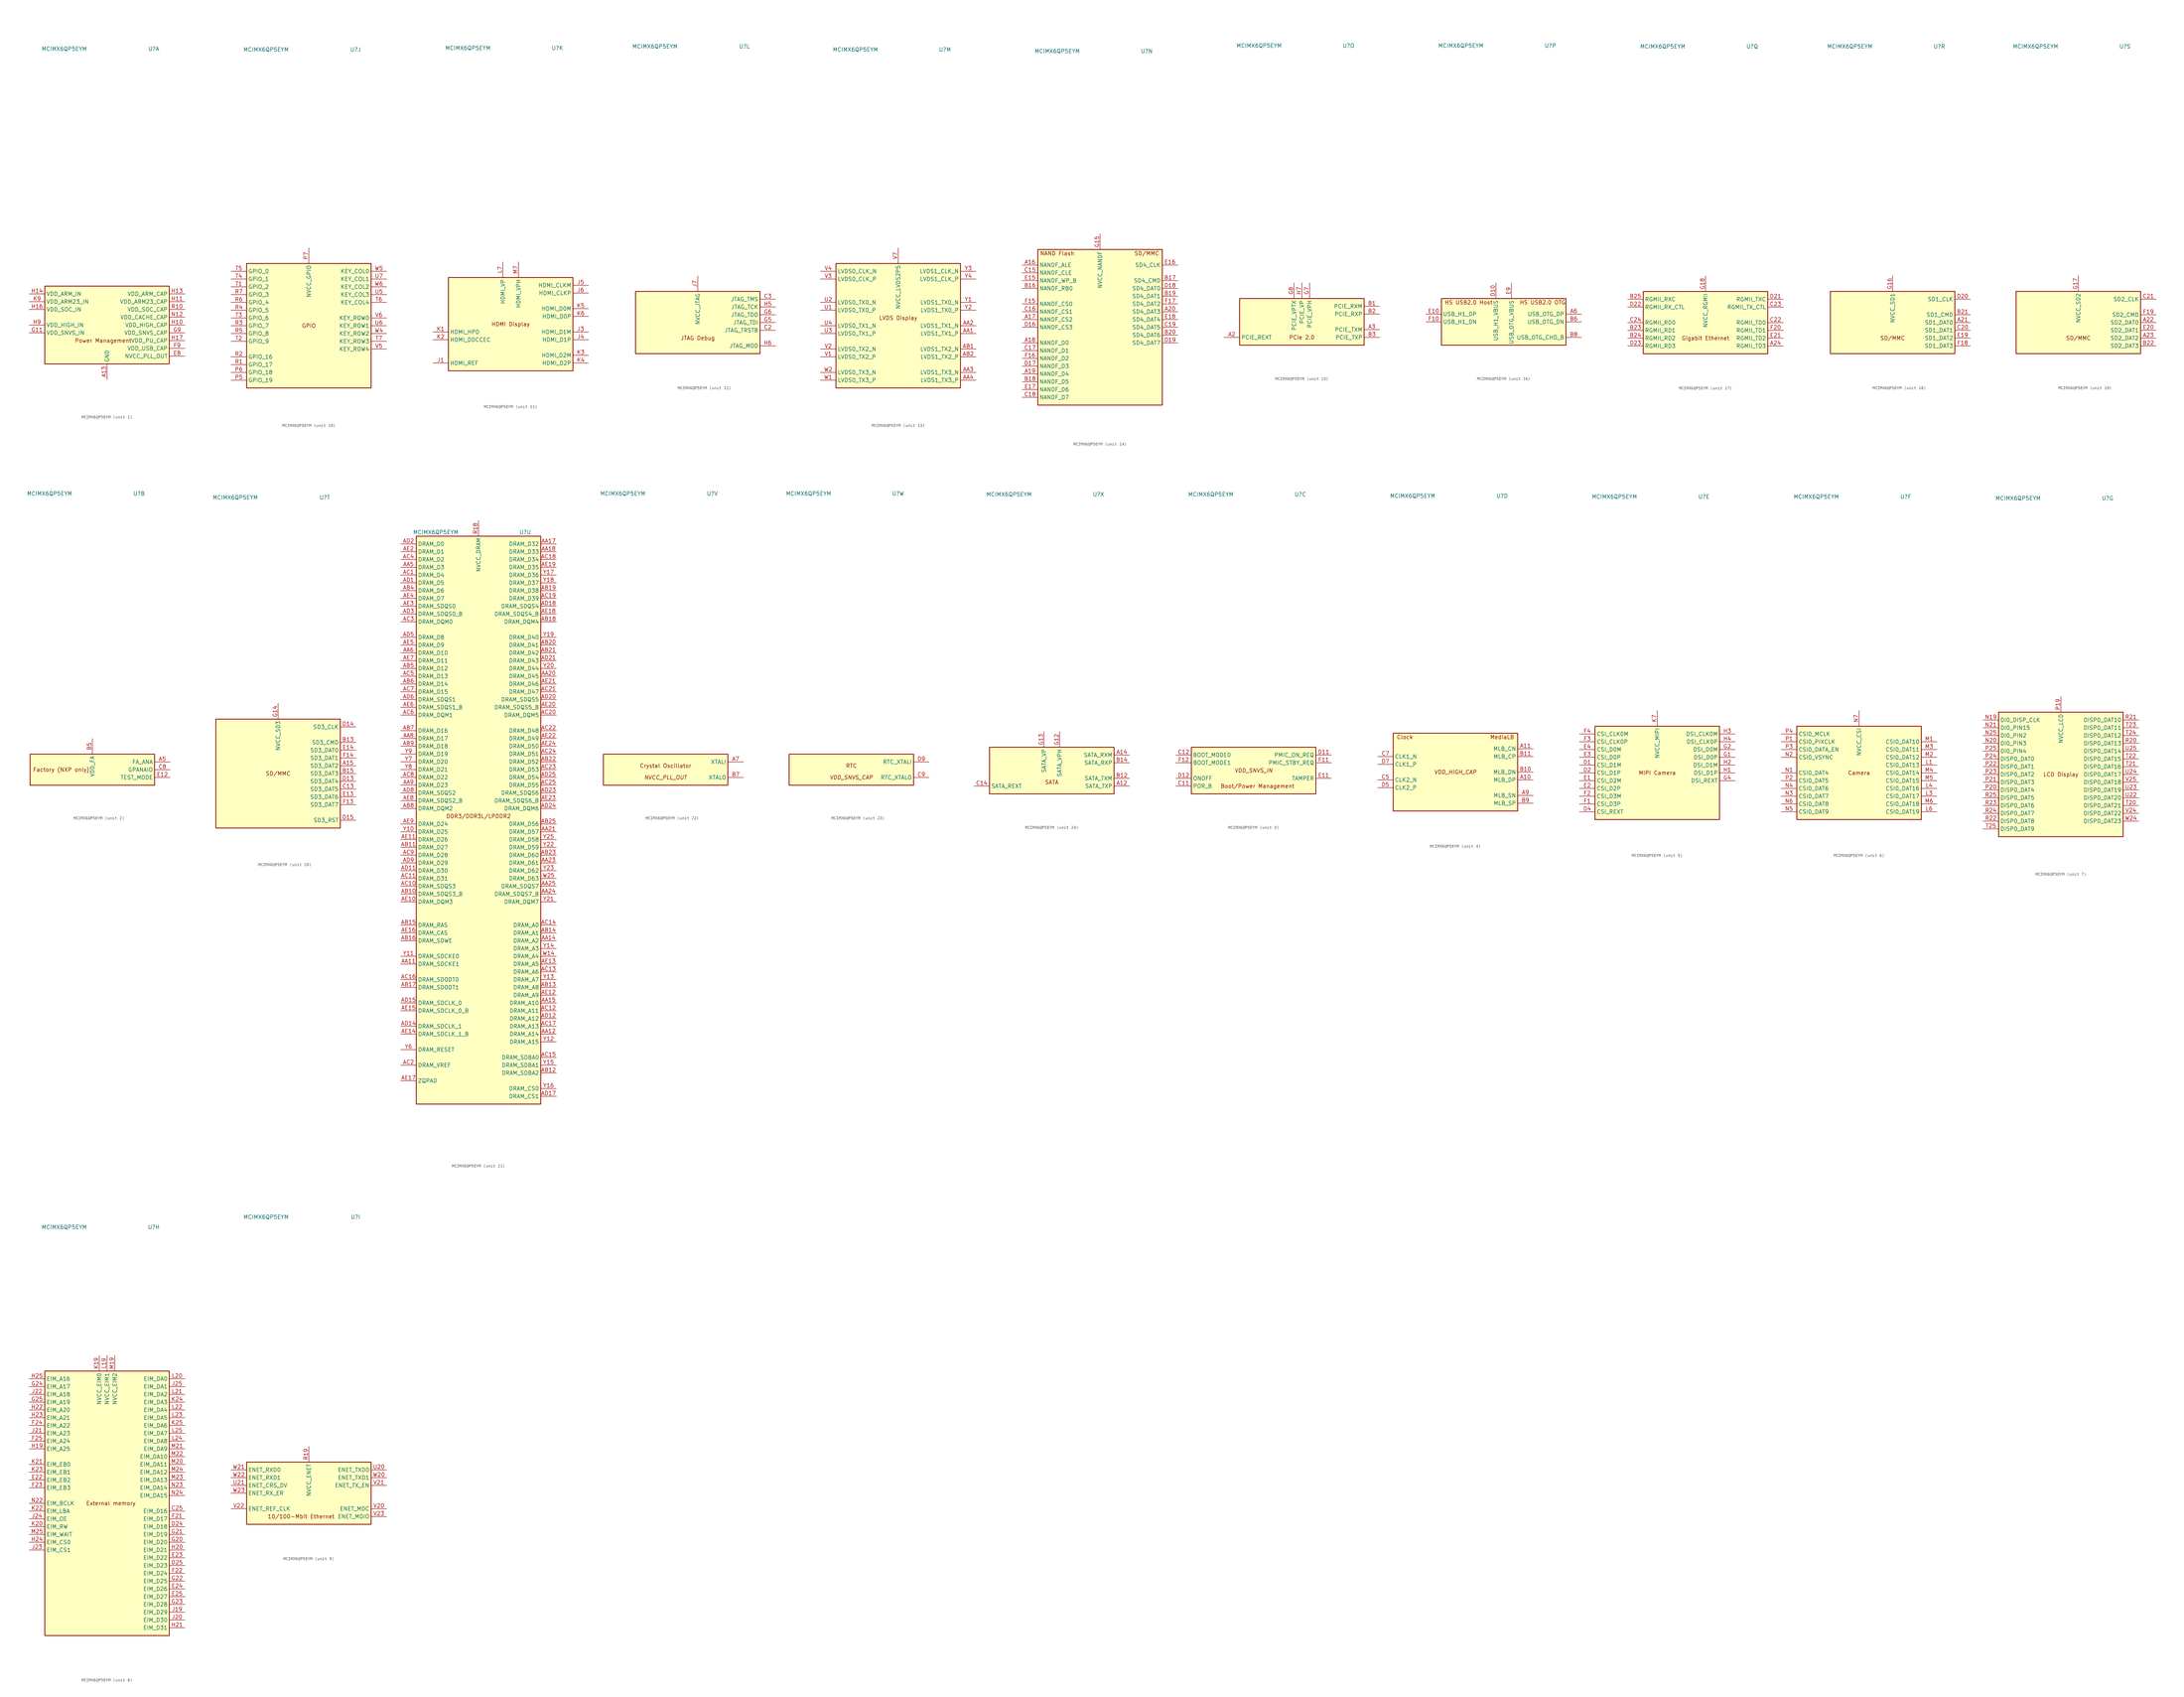
<source format=kicad_sym>
(kicad_symbol_lib
  (version 20201005)
  (generator kicad_symbol_editor)
  (symbol "MCIMX6QP5EYM"
    (property "Reference" "U"
      (at 15.24 90.17 0)
      (effects (font (size 1.27 1.27))))
    (property "Value" "MCIMX6QP5EYM"
      (at -13.97 90.17 0)
      (effects (font (size 1.27 1.27))))
    (property "ki_locked" ""
      (at 0 0 0)
      (effects (font (size 1.27 1.27))))
    (symbol "MCIMX6QP5EYM_1_0"
      (text "Power Management" (at -1.27 -5.08 0) (effects (font (size 1.27 1.27)))))
    (symbol "MCIMX6QP5EYM_1_1"
      (rectangle (start -20.32 12.7) (end 20.32 -12.7) (stroke (width 0.254)) (fill (type background)))
      (pin power_in line (at 0 -17.78 90) (length 5.08) (name "GND" (effects (font (size 1.27 1.27)))) (number "A13" (effects (font (size 1.27 1.27)))))
      (pin passive line (at 0 -17.78 90) (length 5.08) hide (name "GND" (effects (font (size 1.27 1.27)))) (number "A25" (effects (font (size 1.27 1.27)))))
      (pin passive line (at 0 -17.78 90) (length 5.08) hide (name "GND" (effects (font (size 1.27 1.27)))) (number "A4" (effects (font (size 1.27 1.27)))))
      (pin passive line (at 0 -17.78 90) (length 5.08) hide (name "GND" (effects (font (size 1.27 1.27)))) (number "A8" (effects (font (size 1.27 1.27)))))
      (pin passive line (at 0 -17.78 90) (length 5.08) hide (name "GND" (effects (font (size 1.27 1.27)))) (number "AA10" (effects (font (size 1.27 1.27)))))
      (pin passive line (at 0 -17.78 90) (length 5.08) hide (name "GND" (effects (font (size 1.27 1.27)))) (number "AA13" (effects (font (size 1.27 1.27)))))
      (pin passive line (at 0 -17.78 90) (length 5.08) hide (name "GND" (effects (font (size 1.27 1.27)))) (number "AA16" (effects (font (size 1.27 1.27)))))
      (pin passive line (at 0 -17.78 90) (length 5.08) hide (name "GND" (effects (font (size 1.27 1.27)))) (number "AA19" (effects (font (size 1.27 1.27)))))
      (pin passive line (at 0 -17.78 90) (length 5.08) hide (name "GND" (effects (font (size 1.27 1.27)))) (number "AA22" (effects (font (size 1.27 1.27)))))
      (pin passive line (at 0 -17.78 90) (length 5.08) hide (name "GND" (effects (font (size 1.27 1.27)))) (number "AA7" (effects (font (size 1.27 1.27)))))
      (pin passive line (at 0 -17.78 90) (length 5.08) hide (name "GND" (effects (font (size 1.27 1.27)))) (number "AB24" (effects (font (size 1.27 1.27)))))
      (pin passive line (at 0 -17.78 90) (length 5.08) hide (name "GND" (effects (font (size 1.27 1.27)))) (number "AB3" (effects (font (size 1.27 1.27)))))
      (pin passive line (at 0 -17.78 90) (length 5.08) hide (name "GND" (effects (font (size 1.27 1.27)))) (number "AD10" (effects (font (size 1.27 1.27)))))
      (pin passive line (at 0 -17.78 90) (length 5.08) hide (name "GND" (effects (font (size 1.27 1.27)))) (number "AD13" (effects (font (size 1.27 1.27)))))
      (pin passive line (at 0 -17.78 90) (length 5.08) hide (name "GND" (effects (font (size 1.27 1.27)))) (number "AD16" (effects (font (size 1.27 1.27)))))
      (pin passive line (at 0 -17.78 90) (length 5.08) hide (name "GND" (effects (font (size 1.27 1.27)))) (number "AD19" (effects (font (size 1.27 1.27)))))
      (pin passive line (at 0 -17.78 90) (length 5.08) hide (name "GND" (effects (font (size 1.27 1.27)))) (number "AD22" (effects (font (size 1.27 1.27)))))
      (pin passive line (at 0 -17.78 90) (length 5.08) hide (name "GND" (effects (font (size 1.27 1.27)))) (number "AD4" (effects (font (size 1.27 1.27)))))
      (pin passive line (at 0 -17.78 90) (length 5.08) hide (name "GND" (effects (font (size 1.27 1.27)))) (number "AD7" (effects (font (size 1.27 1.27)))))
      (pin passive line (at 0 -17.78 90) (length 5.08) hide (name "GND" (effects (font (size 1.27 1.27)))) (number "AE1" (effects (font (size 1.27 1.27)))))
      (pin passive line (at 0 -17.78 90) (length 5.08) hide (name "GND" (effects (font (size 1.27 1.27)))) (number "AE25" (effects (font (size 1.27 1.27)))))
      (pin passive line (at 0 -17.78 90) (length 5.08) hide (name "GND" (effects (font (size 1.27 1.27)))) (number "B4" (effects (font (size 1.27 1.27)))))
      (pin passive line (at 0 -17.78 90) (length 5.08) hide (name "GND" (effects (font (size 1.27 1.27)))) (number "C1" (effects (font (size 1.27 1.27)))))
      (pin passive line (at 0 -17.78 90) (length 5.08) hide (name "GND" (effects (font (size 1.27 1.27)))) (number "C10" (effects (font (size 1.27 1.27)))))
      (pin passive line (at 0 -17.78 90) (length 5.08) hide (name "GND" (effects (font (size 1.27 1.27)))) (number "C4" (effects (font (size 1.27 1.27)))))
      (pin passive line (at 0 -17.78 90) (length 5.08) hide (name "GND" (effects (font (size 1.27 1.27)))) (number "C6" (effects (font (size 1.27 1.27)))))
      (pin passive line (at 0 -17.78 90) (length 5.08) hide (name "GND" (effects (font (size 1.27 1.27)))) (number "D3" (effects (font (size 1.27 1.27)))))
      (pin passive line (at 0 -17.78 90) (length 5.08) hide (name "GND" (effects (font (size 1.27 1.27)))) (number "D6" (effects (font (size 1.27 1.27)))))
      (pin passive line (at 0 -17.78 90) (length 5.08) hide (name "GND" (effects (font (size 1.27 1.27)))) (number "D8" (effects (font (size 1.27 1.27)))))
      (pin passive line (at 0 -17.78 90) (length 5.08) hide (name "GND" (effects (font (size 1.27 1.27)))) (number "E5" (effects (font (size 1.27 1.27)))))
      (pin passive line (at 0 -17.78 90) (length 5.08) hide (name "GND" (effects (font (size 1.27 1.27)))) (number "E6" (effects (font (size 1.27 1.27)))))
      (pin passive line (at 0 -17.78 90) (length 5.08) hide (name "GND" (effects (font (size 1.27 1.27)))) (number "E7" (effects (font (size 1.27 1.27)))))
      (pin power_out line (at 25.4 -10.16 180) (length 5.08) (name "NVCC_PLL_OUT" (effects (font (size 1.27 1.27)))) (number "E8" (effects (font (size 1.27 1.27)))))
      (pin passive line (at 0 -17.78 90) (length 5.08) hide (name "GND" (effects (font (size 1.27 1.27)))) (number "F5" (effects (font (size 1.27 1.27)))))
      (pin passive line (at 0 -17.78 90) (length 5.08) hide (name "GND" (effects (font (size 1.27 1.27)))) (number "F6" (effects (font (size 1.27 1.27)))))
      (pin passive line (at 0 -17.78 90) (length 5.08) hide (name "GND" (effects (font (size 1.27 1.27)))) (number "F7" (effects (font (size 1.27 1.27)))))
      (pin passive line (at 0 -17.78 90) (length 5.08) hide (name "GND" (effects (font (size 1.27 1.27)))) (number "F8" (effects (font (size 1.27 1.27)))))
      (pin power_out line (at 25.4 -7.62 180) (length 5.08) (name "VDD_USB_CAP" (effects (font (size 1.27 1.27)))) (number "F9" (effects (font (size 1.27 1.27)))))
      (pin passive line (at 0 -17.78 90) (length 5.08) hide (name "GND" (effects (font (size 1.27 1.27)))) (number "G10" (effects (font (size 1.27 1.27)))))
      (pin power_in line (at -25.4 -2.54 0) (length 5.08) (name "VDD_SNVS_IN" (effects (font (size 1.27 1.27)))) (number "G11" (effects (font (size 1.27 1.27)))))
      (pin passive line (at 0 -17.78 90) (length 5.08) hide (name "GND" (effects (font (size 1.27 1.27)))) (number "G19" (effects (font (size 1.27 1.27)))))
      (pin passive line (at 0 -17.78 90) (length 5.08) hide (name "GND" (effects (font (size 1.27 1.27)))) (number "G3" (effects (font (size 1.27 1.27)))))
      (pin power_out line (at 25.4 -2.54 180) (length 5.08) (name "VDD_SNVS_CAP" (effects (font (size 1.27 1.27)))) (number "G9" (effects (font (size 1.27 1.27)))))
      (pin power_out line (at 25.4 0 180) (length 5.08) (name "VDD_HIGH_CAP" (effects (font (size 1.27 1.27)))) (number "H10" (effects (font (size 1.27 1.27)))))
      (pin power_out line (at 25.4 7.62 180) (length 5.08) (name "VDD_ARM23_CAP" (effects (font (size 1.27 1.27)))) (number "H11" (effects (font (size 1.27 1.27)))))
      (pin passive line (at 0 -17.78 90) (length 5.08) hide (name "GND" (effects (font (size 1.27 1.27)))) (number "H12" (effects (font (size 1.27 1.27)))))
      (pin power_out line (at 25.4 10.16 180) (length 5.08) (name "VDD_ARM_CAP" (effects (font (size 1.27 1.27)))) (number "H13" (effects (font (size 1.27 1.27)))))
      (pin power_in line (at -25.4 10.16 0) (length 5.08) (name "VDD_ARM_IN" (effects (font (size 1.27 1.27)))) (number "H14" (effects (font (size 1.27 1.27)))))
      (pin passive line (at 0 -17.78 90) (length 5.08) hide (name "GND" (effects (font (size 1.27 1.27)))) (number "H15" (effects (font (size 1.27 1.27)))))
      (pin power_in line (at -25.4 5.08 0) (length 5.08) (name "VDD_SOC_IN" (effects (font (size 1.27 1.27)))) (number "H16" (effects (font (size 1.27 1.27)))))
      (pin power_out line (at 25.4 -5.08 180) (length 5.08) (name "VDD_PU_CAP" (effects (font (size 1.27 1.27)))) (number "H17" (effects (font (size 1.27 1.27)))))
      (pin passive line (at 0 -17.78 90) (length 5.08) hide (name "GND" (effects (font (size 1.27 1.27)))) (number "H18" (effects (font (size 1.27 1.27)))))
      (pin passive line (at 0 -17.78 90) (length 5.08) hide (name "GND" (effects (font (size 1.27 1.27)))) (number "H8" (effects (font (size 1.27 1.27)))))
      (pin power_in line (at -25.4 0 0) (length 5.08) (name "VDD_HIGH_IN" (effects (font (size 1.27 1.27)))) (number "H9" (effects (font (size 1.27 1.27)))))
      (pin passive line (at 25.4 0 180) (length 5.08) hide (name "VDD_HIGH_CAP" (effects (font (size 1.27 1.27)))) (number "J10" (effects (font (size 1.27 1.27)))))
      (pin passive line (at 25.4 7.62 180) (length 5.08) hide (name "VDD_ARM23_CAP" (effects (font (size 1.27 1.27)))) (number "J11" (effects (font (size 1.27 1.27)))))
      (pin passive line (at 0 -17.78 90) (length 5.08) hide (name "GND" (effects (font (size 1.27 1.27)))) (number "J12" (effects (font (size 1.27 1.27)))))
      (pin passive line (at 25.4 10.16 180) (length 5.08) hide (name "VDD_ARM_CAP" (effects (font (size 1.27 1.27)))) (number "J13" (effects (font (size 1.27 1.27)))))
      (pin passive line (at -25.4 10.16 0) (length 5.08) hide (name "VDD_ARM_IN" (effects (font (size 1.27 1.27)))) (number "J14" (effects (font (size 1.27 1.27)))))
      (pin passive line (at 0 -17.78 90) (length 5.08) hide (name "GND" (effects (font (size 1.27 1.27)))) (number "J15" (effects (font (size 1.27 1.27)))))
      (pin passive line (at -25.4 5.08 0) (length 5.08) hide (name "VDD_SOC_IN" (effects (font (size 1.27 1.27)))) (number "J16" (effects (font (size 1.27 1.27)))))
      (pin passive line (at 25.4 -5.08 180) (length 5.08) hide (name "VDD_PU_CAP" (effects (font (size 1.27 1.27)))) (number "J17" (effects (font (size 1.27 1.27)))))
      (pin passive line (at 0 -17.78 90) (length 5.08) hide (name "GND" (effects (font (size 1.27 1.27)))) (number "J18" (effects (font (size 1.27 1.27)))))
      (pin passive line (at 0 -17.78 90) (length 5.08) hide (name "GND" (effects (font (size 1.27 1.27)))) (number "J2" (effects (font (size 1.27 1.27)))))
      (pin passive line (at 0 -17.78 90) (length 5.08) hide (name "GND" (effects (font (size 1.27 1.27)))) (number "J8" (effects (font (size 1.27 1.27)))))
      (pin passive line (at -25.4 0 0) (length 5.08) hide (name "VDD_HIGH_IN" (effects (font (size 1.27 1.27)))) (number "J9" (effects (font (size 1.27 1.27)))))
      (pin passive line (at 0 -17.78 90) (length 5.08) hide (name "GND" (effects (font (size 1.27 1.27)))) (number "K10" (effects (font (size 1.27 1.27)))))
      (pin passive line (at 25.4 7.62 180) (length 5.08) hide (name "VDD_ARM23_CAP" (effects (font (size 1.27 1.27)))) (number "K11" (effects (font (size 1.27 1.27)))))
      (pin passive line (at 0 -17.78 90) (length 5.08) hide (name "GND" (effects (font (size 1.27 1.27)))) (number "K12" (effects (font (size 1.27 1.27)))))
      (pin passive line (at 25.4 10.16 180) (length 5.08) hide (name "VDD_ARM_CAP" (effects (font (size 1.27 1.27)))) (number "K13" (effects (font (size 1.27 1.27)))))
      (pin passive line (at -25.4 10.16 0) (length 5.08) hide (name "VDD_ARM_IN" (effects (font (size 1.27 1.27)))) (number "K14" (effects (font (size 1.27 1.27)))))
      (pin passive line (at 0 -17.78 90) (length 5.08) hide (name "GND" (effects (font (size 1.27 1.27)))) (number "K15" (effects (font (size 1.27 1.27)))))
      (pin passive line (at -25.4 5.08 0) (length 5.08) hide (name "VDD_SOC_IN" (effects (font (size 1.27 1.27)))) (number "K16" (effects (font (size 1.27 1.27)))))
      (pin passive line (at 25.4 -5.08 180) (length 5.08) hide (name "VDD_PU_CAP" (effects (font (size 1.27 1.27)))) (number "K17" (effects (font (size 1.27 1.27)))))
      (pin passive line (at 0 -17.78 90) (length 5.08) hide (name "GND" (effects (font (size 1.27 1.27)))) (number "K18" (effects (font (size 1.27 1.27)))))
      (pin passive line (at 0 -17.78 90) (length 5.08) hide (name "GND" (effects (font (size 1.27 1.27)))) (number "K8" (effects (font (size 1.27 1.27)))))
      (pin power_in line (at -25.4 7.62 0) (length 5.08) (name "VDD_ARM23_IN" (effects (font (size 1.27 1.27)))) (number "K9" (effects (font (size 1.27 1.27)))))
      (pin passive line (at 0 -17.78 90) (length 5.08) hide (name "GND" (effects (font (size 1.27 1.27)))) (number "L10" (effects (font (size 1.27 1.27)))))
      (pin passive line (at 25.4 7.62 180) (length 5.08) hide (name "VDD_ARM23_CAP" (effects (font (size 1.27 1.27)))) (number "L11" (effects (font (size 1.27 1.27)))))
      (pin passive line (at 0 -17.78 90) (length 5.08) hide (name "GND" (effects (font (size 1.27 1.27)))) (number "L12" (effects (font (size 1.27 1.27)))))
      (pin passive line (at 25.4 10.16 180) (length 5.08) hide (name "VDD_ARM_CAP" (effects (font (size 1.27 1.27)))) (number "L13" (effects (font (size 1.27 1.27)))))
      (pin passive line (at -25.4 10.16 0) (length 5.08) hide (name "VDD_ARM_IN" (effects (font (size 1.27 1.27)))) (number "L14" (effects (font (size 1.27 1.27)))))
      (pin passive line (at 0 -17.78 90) (length 5.08) hide (name "GND" (effects (font (size 1.27 1.27)))) (number "L15" (effects (font (size 1.27 1.27)))))
      (pin passive line (at -25.4 5.08 0) (length 5.08) hide (name "VDD_SOC_IN" (effects (font (size 1.27 1.27)))) (number "L16" (effects (font (size 1.27 1.27)))))
      (pin passive line (at 25.4 -5.08 180) (length 5.08) hide (name "VDD_PU_CAP" (effects (font (size 1.27 1.27)))) (number "L17" (effects (font (size 1.27 1.27)))))
      (pin passive line (at 0 -17.78 90) (length 5.08) hide (name "GND" (effects (font (size 1.27 1.27)))) (number "L18" (effects (font (size 1.27 1.27)))))
      (pin passive line (at 0 -17.78 90) (length 5.08) hide (name "GND" (effects (font (size 1.27 1.27)))) (number "L2" (effects (font (size 1.27 1.27)))))
      (pin passive line (at 0 -17.78 90) (length 5.08) hide (name "GND" (effects (font (size 1.27 1.27)))) (number "L5" (effects (font (size 1.27 1.27)))))
      (pin passive line (at 0 -17.78 90) (length 5.08) hide (name "GND" (effects (font (size 1.27 1.27)))) (number "L8" (effects (font (size 1.27 1.27)))))
      (pin passive line (at -25.4 7.62 0) (length 5.08) hide (name "VDD_ARM23_IN" (effects (font (size 1.27 1.27)))) (number "L9" (effects (font (size 1.27 1.27)))))
      (pin passive line (at 0 -17.78 90) (length 5.08) hide (name "GND" (effects (font (size 1.27 1.27)))) (number "M10" (effects (font (size 1.27 1.27)))))
      (pin passive line (at 25.4 7.62 180) (length 5.08) hide (name "VDD_ARM23_CAP" (effects (font (size 1.27 1.27)))) (number "M11" (effects (font (size 1.27 1.27)))))
      (pin passive line (at 0 -17.78 90) (length 5.08) hide (name "GND" (effects (font (size 1.27 1.27)))) (number "M12" (effects (font (size 1.27 1.27)))))
      (pin passive line (at 25.4 10.16 180) (length 5.08) hide (name "VDD_ARM_CAP" (effects (font (size 1.27 1.27)))) (number "M13" (effects (font (size 1.27 1.27)))))
      (pin passive line (at -25.4 10.16 0) (length 5.08) hide (name "VDD_ARM_IN" (effects (font (size 1.27 1.27)))) (number "M14" (effects (font (size 1.27 1.27)))))
      (pin passive line (at 0 -17.78 90) (length 5.08) hide (name "GND" (effects (font (size 1.27 1.27)))) (number "M15" (effects (font (size 1.27 1.27)))))
      (pin passive line (at -25.4 5.08 0) (length 5.08) hide (name "VDD_SOC_IN" (effects (font (size 1.27 1.27)))) (number "M16" (effects (font (size 1.27 1.27)))))
      (pin passive line (at 25.4 -5.08 180) (length 5.08) hide (name "VDD_PU_CAP" (effects (font (size 1.27 1.27)))) (number "M17" (effects (font (size 1.27 1.27)))))
      (pin passive line (at 0 -17.78 90) (length 5.08) hide (name "GND" (effects (font (size 1.27 1.27)))) (number "M18" (effects (font (size 1.27 1.27)))))
      (pin passive line (at 0 -17.78 90) (length 5.08) hide (name "GND" (effects (font (size 1.27 1.27)))) (number "M8" (effects (font (size 1.27 1.27)))))
      (pin passive line (at -25.4 7.62 0) (length 5.08) hide (name "VDD_ARM23_IN" (effects (font (size 1.27 1.27)))) (number "M9" (effects (font (size 1.27 1.27)))))
      (pin passive line (at 0 -17.78 90) (length 5.08) hide (name "GND" (effects (font (size 1.27 1.27)))) (number "N10" (effects (font (size 1.27 1.27)))))
      (pin passive line (at 25.4 7.62 180) (length 5.08) hide (name "VDD_ARM23_CAP" (effects (font (size 1.27 1.27)))) (number "N11" (effects (font (size 1.27 1.27)))))
      (pin power_in line (at 25.4 2.54 180) (length 5.08) (name "VDD_CACHE_CAP" (effects (font (size 1.27 1.27)))) (number "N12" (effects (font (size 1.27 1.27)))))
      (pin passive line (at 25.4 10.16 180) (length 5.08) hide (name "VDD_ARM_CAP" (effects (font (size 1.27 1.27)))) (number "N13" (effects (font (size 1.27 1.27)))))
      (pin passive line (at -25.4 10.16 0) (length 5.08) hide (name "VDD_ARM_IN" (effects (font (size 1.27 1.27)))) (number "N14" (effects (font (size 1.27 1.27)))))
      (pin passive line (at 0 -17.78 90) (length 5.08) hide (name "GND" (effects (font (size 1.27 1.27)))) (number "N15" (effects (font (size 1.27 1.27)))))
      (pin passive line (at -25.4 5.08 0) (length 5.08) hide (name "VDD_SOC_IN" (effects (font (size 1.27 1.27)))) (number "N16" (effects (font (size 1.27 1.27)))))
      (pin passive line (at 25.4 -5.08 180) (length 5.08) hide (name "VDD_PU_CAP" (effects (font (size 1.27 1.27)))) (number "N17" (effects (font (size 1.27 1.27)))))
      (pin passive line (at 0 -17.78 90) (length 5.08) hide (name "GND" (effects (font (size 1.27 1.27)))) (number "N18" (effects (font (size 1.27 1.27)))))
      (pin passive line (at 0 -17.78 90) (length 5.08) hide (name "GND" (effects (font (size 1.27 1.27)))) (number "N8" (effects (font (size 1.27 1.27)))))
      (pin passive line (at -25.4 7.62 0) (length 5.08) hide (name "VDD_ARM23_IN" (effects (font (size 1.27 1.27)))) (number "N9" (effects (font (size 1.27 1.27)))))
      (pin passive line (at 0 -17.78 90) (length 5.08) hide (name "GND" (effects (font (size 1.27 1.27)))) (number "P10" (effects (font (size 1.27 1.27)))))
      (pin passive line (at 25.4 7.62 180) (length 5.08) hide (name "VDD_ARM23_CAP" (effects (font (size 1.27 1.27)))) (number "P11" (effects (font (size 1.27 1.27)))))
      (pin passive line (at 0 -17.78 90) (length 5.08) hide (name "GND" (effects (font (size 1.27 1.27)))) (number "P12" (effects (font (size 1.27 1.27)))))
      (pin passive line (at 25.4 10.16 180) (length 5.08) hide (name "VDD_ARM_CAP" (effects (font (size 1.27 1.27)))) (number "P13" (effects (font (size 1.27 1.27)))))
      (pin passive line (at -25.4 10.16 0) (length 5.08) hide (name "VDD_ARM_IN" (effects (font (size 1.27 1.27)))) (number "P14" (effects (font (size 1.27 1.27)))))
      (pin passive line (at 0 -17.78 90) (length 5.08) hide (name "GND" (effects (font (size 1.27 1.27)))) (number "P15" (effects (font (size 1.27 1.27)))))
      (pin passive line (at -25.4 5.08 0) (length 5.08) hide (name "VDD_SOC_IN" (effects (font (size 1.27 1.27)))) (number "P16" (effects (font (size 1.27 1.27)))))
      (pin passive line (at 25.4 -5.08 180) (length 5.08) hide (name "VDD_PU_CAP" (effects (font (size 1.27 1.27)))) (number "P17" (effects (font (size 1.27 1.27)))))
      (pin passive line (at 0 -17.78 90) (length 5.08) hide (name "GND" (effects (font (size 1.27 1.27)))) (number "P18" (effects (font (size 1.27 1.27)))))
      (pin passive line (at 0 -17.78 90) (length 5.08) hide (name "GND" (effects (font (size 1.27 1.27)))) (number "P8" (effects (font (size 1.27 1.27)))))
      (pin passive line (at -25.4 7.62 0) (length 5.08) hide (name "VDD_ARM23_IN" (effects (font (size 1.27 1.27)))) (number "P9" (effects (font (size 1.27 1.27)))))
      (pin power_out line (at 25.4 5.08 180) (length 5.08) (name "VDD_SOC_CAP" (effects (font (size 1.27 1.27)))) (number "R10" (effects (font (size 1.27 1.27)))))
      (pin passive line (at 25.4 7.62 180) (length 5.08) hide (name "VDD_ARM23_CAP" (effects (font (size 1.27 1.27)))) (number "R11" (effects (font (size 1.27 1.27)))))
      (pin passive line (at 0 -17.78 90) (length 5.08) hide (name "GND" (effects (font (size 1.27 1.27)))) (number "R12" (effects (font (size 1.27 1.27)))))
      (pin passive line (at 25.4 10.16 180) (length 5.08) hide (name "VDD_ARM_CAP" (effects (font (size 1.27 1.27)))) (number "R13" (effects (font (size 1.27 1.27)))))
      (pin passive line (at -25.4 10.16 0) (length 5.08) hide (name "VDD_ARM_IN" (effects (font (size 1.27 1.27)))) (number "R14" (effects (font (size 1.27 1.27)))))
      (pin passive line (at 0 -17.78 90) (length 5.08) hide (name "GND" (effects (font (size 1.27 1.27)))) (number "R15" (effects (font (size 1.27 1.27)))))
      (pin passive line (at -25.4 5.08 0) (length 5.08) hide (name "VDD_SOC_IN" (effects (font (size 1.27 1.27)))) (number "R16" (effects (font (size 1.27 1.27)))))
      (pin passive line (at 0 -17.78 90) (length 5.08) hide (name "GND" (effects (font (size 1.27 1.27)))) (number "R17" (effects (font (size 1.27 1.27)))))
      (pin passive line (at 0 -17.78 90) (length 5.08) hide (name "GND" (effects (font (size 1.27 1.27)))) (number "R8" (effects (font (size 1.27 1.27)))))
      (pin passive line (at -25.4 7.62 0) (length 5.08) hide (name "VDD_ARM23_IN" (effects (font (size 1.27 1.27)))) (number "R9" (effects (font (size 1.27 1.27)))))
      (pin passive line (at 25.4 5.08 180) (length 5.08) hide (name "VDD_SOC_CAP" (effects (font (size 1.27 1.27)))) (number "T10" (effects (font (size 1.27 1.27)))))
      (pin passive line (at 0 -17.78 90) (length 5.08) hide (name "GND" (effects (font (size 1.27 1.27)))) (number "T11" (effects (font (size 1.27 1.27)))))
      (pin passive line (at 0 -17.78 90) (length 5.08) hide (name "GND" (effects (font (size 1.27 1.27)))) (number "T12" (effects (font (size 1.27 1.27)))))
      (pin passive line (at 25.4 5.08 180) (length 5.08) hide (name "VDD_SOC_CAP" (effects (font (size 1.27 1.27)))) (number "T13" (effects (font (size 1.27 1.27)))))
      (pin passive line (at 25.4 5.08 180) (length 5.08) hide (name "VDD_SOC_CAP" (effects (font (size 1.27 1.27)))) (number "T14" (effects (font (size 1.27 1.27)))))
      (pin passive line (at 0 -17.78 90) (length 5.08) hide (name "GND" (effects (font (size 1.27 1.27)))) (number "T15" (effects (font (size 1.27 1.27)))))
      (pin passive line (at -25.4 5.08 0) (length 5.08) hide (name "VDD_SOC_IN" (effects (font (size 1.27 1.27)))) (number "T16" (effects (font (size 1.27 1.27)))))
      (pin passive line (at 0 -17.78 90) (length 5.08) hide (name "GND" (effects (font (size 1.27 1.27)))) (number "T17" (effects (font (size 1.27 1.27)))))
      (pin passive line (at 0 -17.78 90) (length 5.08) hide (name "GND" (effects (font (size 1.27 1.27)))) (number "T19" (effects (font (size 1.27 1.27)))))
      (pin passive line (at 0 -17.78 90) (length 5.08) hide (name "GND" (effects (font (size 1.27 1.27)))) (number "T8" (effects (font (size 1.27 1.27)))))
      (pin passive line (at -25.4 7.62 0) (length 5.08) hide (name "VDD_ARM23_IN" (effects (font (size 1.27 1.27)))) (number "T9" (effects (font (size 1.27 1.27)))))
      (pin passive line (at 25.4 5.08 180) (length 5.08) hide (name "VDD_SOC_CAP" (effects (font (size 1.27 1.27)))) (number "U10" (effects (font (size 1.27 1.27)))))
      (pin passive line (at 0 -17.78 90) (length 5.08) hide (name "GND" (effects (font (size 1.27 1.27)))) (number "U11" (effects (font (size 1.27 1.27)))))
      (pin passive line (at 0 -17.78 90) (length 5.08) hide (name "GND" (effects (font (size 1.27 1.27)))) (number "U12" (effects (font (size 1.27 1.27)))))
      (pin passive line (at 25.4 5.08 180) (length 5.08) hide (name "VDD_SOC_CAP" (effects (font (size 1.27 1.27)))) (number "U13" (effects (font (size 1.27 1.27)))))
      (pin passive line (at 25.4 5.08 180) (length 5.08) hide (name "VDD_SOC_CAP" (effects (font (size 1.27 1.27)))) (number "U14" (effects (font (size 1.27 1.27)))))
      (pin passive line (at 0 -17.78 90) (length 5.08) hide (name "GND" (effects (font (size 1.27 1.27)))) (number "U15" (effects (font (size 1.27 1.27)))))
      (pin passive line (at -25.4 5.08 0) (length 5.08) hide (name "VDD_SOC_IN" (effects (font (size 1.27 1.27)))) (number "U16" (effects (font (size 1.27 1.27)))))
      (pin passive line (at 0 -17.78 90) (length 5.08) hide (name "GND" (effects (font (size 1.27 1.27)))) (number "U17" (effects (font (size 1.27 1.27)))))
      (pin passive line (at 0 -17.78 90) (length 5.08) hide (name "GND" (effects (font (size 1.27 1.27)))) (number "U19" (effects (font (size 1.27 1.27)))))
      (pin passive line (at 0 -17.78 90) (length 5.08) hide (name "GND" (effects (font (size 1.27 1.27)))) (number "U8" (effects (font (size 1.27 1.27)))))
      (pin passive line (at -25.4 7.62 0) (length 5.08) hide (name "VDD_ARM23_IN" (effects (font (size 1.27 1.27)))) (number "U9" (effects (font (size 1.27 1.27)))))
      (pin passive line (at 0 -17.78 90) (length 5.08) hide (name "GND" (effects (font (size 1.27 1.27)))) (number "V19" (effects (font (size 1.27 1.27)))))
      (pin passive line (at 0 -17.78 90) (length 5.08) hide (name "GND" (effects (font (size 1.27 1.27)))) (number "V8" (effects (font (size 1.27 1.27)))))
      (pin passive line (at 0 -17.78 90) (length 5.08) hide (name "GND" (effects (font (size 1.27 1.27)))) (number "W10" (effects (font (size 1.27 1.27)))))
      (pin passive line (at 0 -17.78 90) (length 5.08) hide (name "GND" (effects (font (size 1.27 1.27)))) (number "W11" (effects (font (size 1.27 1.27)))))
      (pin passive line (at 0 -17.78 90) (length 5.08) hide (name "GND" (effects (font (size 1.27 1.27)))) (number "W12" (effects (font (size 1.27 1.27)))))
      (pin passive line (at 0 -17.78 90) (length 5.08) hide (name "GND" (effects (font (size 1.27 1.27)))) (number "W13" (effects (font (size 1.27 1.27)))))
      (pin passive line (at 0 -17.78 90) (length 5.08) hide (name "GND" (effects (font (size 1.27 1.27)))) (number "W15" (effects (font (size 1.27 1.27)))))
      (pin passive line (at 0 -17.78 90) (length 5.08) hide (name "GND" (effects (font (size 1.27 1.27)))) (number "W16" (effects (font (size 1.27 1.27)))))
      (pin passive line (at 0 -17.78 90) (length 5.08) hide (name "GND" (effects (font (size 1.27 1.27)))) (number "W17" (effects (font (size 1.27 1.27)))))
      (pin passive line (at 0 -17.78 90) (length 5.08) hide (name "GND" (effects (font (size 1.27 1.27)))) (number "W18" (effects (font (size 1.27 1.27)))))
      (pin passive line (at 0 -17.78 90) (length 5.08) hide (name "GND" (effects (font (size 1.27 1.27)))) (number "W19" (effects (font (size 1.27 1.27)))))
      (pin passive line (at 0 -17.78 90) (length 5.08) hide (name "GND" (effects (font (size 1.27 1.27)))) (number "W3" (effects (font (size 1.27 1.27)))))
      (pin passive line (at 0 -17.78 90) (length 5.08) hide (name "GND" (effects (font (size 1.27 1.27)))) (number "W7" (effects (font (size 1.27 1.27)))))
      (pin passive line (at 0 -17.78 90) (length 5.08) hide (name "GND" (effects (font (size 1.27 1.27)))) (number "W8" (effects (font (size 1.27 1.27)))))
      (pin passive line (at 0 -17.78 90) (length 5.08) hide (name "GND" (effects (font (size 1.27 1.27)))) (number "W9" (effects (font (size 1.27 1.27)))))
      (pin passive line (at 0 -17.78 90) (length 5.08) hide (name "GND" (effects (font (size 1.27 1.27)))) (number "Y24" (effects (font (size 1.27 1.27)))))
      (pin passive line (at 0 -17.78 90) (length 5.08) hide (name "GND" (effects (font (size 1.27 1.27)))) (number "Y5" (effects (font (size 1.27 1.27))))))
    (symbol "MCIMX6QP5EYM_2_0"
      (text "Factory (NXP only)" (at -10.16 0 0) (effects (font (size 1.27 1.27)))))
    (symbol "MCIMX6QP5EYM_2_1"
      (rectangle (start -20.32 5.08) (end 20.32 -5.08) (stroke (width 0.254)) (fill (type background)))
      (pin passive line (at 25.4 2.54 180) (length 5.08) (name "FA_ANA" (effects (font (size 1.27 1.27)))) (number "A5" (effects (font (size 1.27 1.27)))))
      (pin passive line (at 0 10.16 270) (length 5.08) (name "VDD_FA" (effects (font (size 1.27 1.27)))) (number "B5" (effects (font (size 1.27 1.27)))))
      (pin passive line (at 25.4 0 180) (length 5.08) (name "GPANAIO" (effects (font (size 1.27 1.27)))) (number "C8" (effects (font (size 1.27 1.27)))))
      (pin passive line (at 25.4 -2.54 180) (length 5.08) (name "TEST_MODE" (effects (font (size 1.27 1.27)))) (number "E12" (effects (font (size 1.27 1.27))))))
    (symbol "MCIMX6QP5EYM_3_0"
      (text "Boot/Power Management" (at 1.27 -5.08 0) (effects (font (size 1.27 1.27)))))
    (symbol "MCIMX6QP5EYM_3_1"
      (text "VDD_SNVS_IN" (at 0 0 0) (effects (font (size 1.27 1.27) italic)))
      (rectangle (start -20.32 7.62) (end 20.32 -7.62) (stroke (width 0.254)) (fill (type background)))
      (pin input line (at -25.4 -5.08 0) (length 5.08) (name "POR_B" (effects (font (size 1.27 1.27)))) (number "C11" (effects (font (size 1.27 1.27)))))
      (pin input line (at -25.4 5.08 0) (length 5.08) (name "BOOT_MODE0" (effects (font (size 1.27 1.27)))) (number "C12" (effects (font (size 1.27 1.27)))))
      (pin output line (at 25.4 5.08 180) (length 5.08) (name "PMIC_ON_REQ" (effects (font (size 1.27 1.27)))) (number "D11" (effects (font (size 1.27 1.27)))))
      (pin input line (at -25.4 -2.54 0) (length 5.08) (name "ONOFF" (effects (font (size 1.27 1.27)))) (number "D12" (effects (font (size 1.27 1.27)))))
      (pin input line (at 25.4 -2.54 180) (length 5.08) (name "TAMPER" (effects (font (size 1.27 1.27)))) (number "E11" (effects (font (size 1.27 1.27)))))
      (pin output line (at 25.4 2.54 180) (length 5.08) (name "PMIC_STBY_REQ" (effects (font (size 1.27 1.27)))) (number "F11" (effects (font (size 1.27 1.27)))))
      (pin input line (at -25.4 2.54 0) (length 5.08) (name "BOOT_MODE1" (effects (font (size 1.27 1.27)))) (number "F12" (effects (font (size 1.27 1.27))))))
    (symbol "MCIMX6QP5EYM_4_0"
      (text "Clock" (at -16.51 11.43 0) (effects (font (size 1.27 1.27))))
      (text "MediaLB" (at 15.24 11.43 0) (effects (font (size 1.27 1.27)))))
    (symbol "MCIMX6QP5EYM_4_1"
      (text "VDD_HIGH_CAP" (at 0 0 0) (effects (font (size 1.27 1.27) italic)))
      (rectangle (start -20.32 12.7) (end 20.32 -12.7) (stroke (width 0.254)) (fill (type background)))
      (pin bidirectional line (at 25.4 -2.54 180) (length 5.08) (name "MLB_DP" (effects (font (size 1.27 1.27)))) (number "A10" (effects (font (size 1.27 1.27)))))
      (pin input line (at 25.4 7.62 180) (length 5.08) (name "MLB_CN" (effects (font (size 1.27 1.27)))) (number "A11" (effects (font (size 1.27 1.27)))))
      (pin bidirectional line (at 25.4 -7.62 180) (length 5.08) (name "MLB_SN" (effects (font (size 1.27 1.27)))) (number "A9" (effects (font (size 1.27 1.27)))))
      (pin bidirectional line (at 25.4 0 180) (length 5.08) (name "MLB_DN" (effects (font (size 1.27 1.27)))) (number "B10" (effects (font (size 1.27 1.27)))))
      (pin input line (at 25.4 5.08 180) (length 5.08) (name "MLB_CP" (effects (font (size 1.27 1.27)))) (number "B11" (effects (font (size 1.27 1.27)))))
      (pin bidirectional line (at 25.4 -10.16 180) (length 5.08) (name "MLB_SP" (effects (font (size 1.27 1.27)))) (number "B9" (effects (font (size 1.27 1.27)))))
      (pin bidirectional line (at -25.4 -2.54 0) (length 5.08) (name "CLK2_N" (effects (font (size 1.27 1.27)))) (number "C5" (effects (font (size 1.27 1.27)))))
      (pin bidirectional line (at -25.4 5.08 0) (length 5.08) (name "CLK1_N" (effects (font (size 1.27 1.27)))) (number "C7" (effects (font (size 1.27 1.27)))))
      (pin bidirectional line (at -25.4 -5.08 0) (length 5.08) (name "CLK2_P" (effects (font (size 1.27 1.27)))) (number "D5" (effects (font (size 1.27 1.27)))))
      (pin bidirectional line (at -25.4 2.54 0) (length 5.08) (name "CLK1_P" (effects (font (size 1.27 1.27)))) (number "D7" (effects (font (size 1.27 1.27))))))
    (symbol "MCIMX6QP5EYM_5_0"
      (text "MIPI Camera" (at 0 0 0) (effects (font (size 1.27 1.27)))))
    (symbol "MCIMX6QP5EYM_5_1"
      (rectangle (start -20.32 15.24) (end 20.32 -15.24) (stroke (width 0.254)) (fill (type background)))
      (pin input line (at -25.4 2.54 0) (length 5.08) (name "CSI_D1M" (effects (font (size 1.27 1.27)))) (number "D1" (effects (font (size 1.27 1.27)))))
      (pin input line (at -25.4 0 0) (length 5.08) (name "CSI_D1P" (effects (font (size 1.27 1.27)))) (number "D2" (effects (font (size 1.27 1.27)))))
      (pin passive line (at -25.4 -12.7 0) (length 5.08) (name "CSI_REXT" (effects (font (size 1.27 1.27)))) (number "D4" (effects (font (size 1.27 1.27)))))
      (pin input line (at -25.4 -2.54 0) (length 5.08) (name "CSI_D2M" (effects (font (size 1.27 1.27)))) (number "E1" (effects (font (size 1.27 1.27)))))
      (pin input line (at -25.4 -5.08 0) (length 5.08) (name "CSI_D2P" (effects (font (size 1.27 1.27)))) (number "E2" (effects (font (size 1.27 1.27)))))
      (pin input line (at -25.4 5.08 0) (length 5.08) (name "CSI_D0P" (effects (font (size 1.27 1.27)))) (number "E3" (effects (font (size 1.27 1.27)))))
      (pin input line (at -25.4 7.62 0) (length 5.08) (name "CSI_D0M" (effects (font (size 1.27 1.27)))) (number "E4" (effects (font (size 1.27 1.27)))))
      (pin input line (at -25.4 -10.16 0) (length 5.08) (name "CSI_D3P" (effects (font (size 1.27 1.27)))) (number "F1" (effects (font (size 1.27 1.27)))))
      (pin input line (at -25.4 -7.62 0) (length 5.08) (name "CSI_D3M" (effects (font (size 1.27 1.27)))) (number "F2" (effects (font (size 1.27 1.27)))))
      (pin input line (at -25.4 10.16 0) (length 5.08) (name "CSI_CLK0P" (effects (font (size 1.27 1.27)))) (number "F3" (effects (font (size 1.27 1.27)))))
      (pin input line (at -25.4 12.7 0) (length 5.08) (name "CSI_CLK0M" (effects (font (size 1.27 1.27)))) (number "F4" (effects (font (size 1.27 1.27)))))
      (pin output line (at 25.4 5.08 180) (length 5.08) (name "DSI_D0P" (effects (font (size 1.27 1.27)))) (number "G1" (effects (font (size 1.27 1.27)))))
      (pin output line (at 25.4 7.62 180) (length 5.08) (name "DSI_D0M" (effects (font (size 1.27 1.27)))) (number "G2" (effects (font (size 1.27 1.27)))))
      (pin passive line (at 25.4 -2.54 180) (length 5.08) (name "DSI_REXT" (effects (font (size 1.27 1.27)))) (number "G4" (effects (font (size 1.27 1.27)))))
      (pin output line (at 25.4 0 180) (length 5.08) (name "DSI_D1P" (effects (font (size 1.27 1.27)))) (number "H1" (effects (font (size 1.27 1.27)))))
      (pin output line (at 25.4 2.54 180) (length 5.08) (name "DSI_D1M" (effects (font (size 1.27 1.27)))) (number "H2" (effects (font (size 1.27 1.27)))))
      (pin output line (at 25.4 12.7 180) (length 5.08) (name "DSI_CLK0M" (effects (font (size 1.27 1.27)))) (number "H3" (effects (font (size 1.27 1.27)))))
      (pin output line (at 25.4 10.16 180) (length 5.08) (name "DSI_CLK0P" (effects (font (size 1.27 1.27)))) (number "H4" (effects (font (size 1.27 1.27)))))
      (pin power_in line (at 0 20.32 270) (length 5.08) (name "NVCC_MIPI" (effects (font (size 1.27 1.27)))) (number "K7" (effects (font (size 1.27 1.27))))))
    (symbol "MCIMX6QP5EYM_6_0"
      (text "Camera" (at 0 0 0) (effects (font (size 1.27 1.27)))))
    (symbol "MCIMX6QP5EYM_6_1"
      (rectangle (start -20.32 15.24) (end 20.32 -15.24) (stroke (width 0.254)) (fill (type background)))
      (pin bidirectional line (at 25.4 2.54 180) (length 5.08) (name "CSI0_DAT13" (effects (font (size 1.27 1.27)))) (number "L1" (effects (font (size 1.27 1.27)))))
      (pin bidirectional line (at 25.4 -7.62 180) (length 5.08) (name "CSI0_DAT17" (effects (font (size 1.27 1.27)))) (number "L3" (effects (font (size 1.27 1.27)))))
      (pin bidirectional line (at 25.4 -5.08 180) (length 5.08) (name "CSI0_DAT16" (effects (font (size 1.27 1.27)))) (number "L4" (effects (font (size 1.27 1.27)))))
      (pin bidirectional line (at 25.4 -12.7 180) (length 5.08) (name "CSI0_DAT19" (effects (font (size 1.27 1.27)))) (number "L6" (effects (font (size 1.27 1.27)))))
      (pin bidirectional line (at 25.4 10.16 180) (length 5.08) (name "CSI0_DAT10" (effects (font (size 1.27 1.27)))) (number "M1" (effects (font (size 1.27 1.27)))))
      (pin bidirectional line (at 25.4 5.08 180) (length 5.08) (name "CSI0_DAT12" (effects (font (size 1.27 1.27)))) (number "M2" (effects (font (size 1.27 1.27)))))
      (pin bidirectional line (at 25.4 7.62 180) (length 5.08) (name "CSI0_DAT11" (effects (font (size 1.27 1.27)))) (number "M3" (effects (font (size 1.27 1.27)))))
      (pin bidirectional line (at 25.4 0 180) (length 5.08) (name "CSI0_DAT14" (effects (font (size 1.27 1.27)))) (number "M4" (effects (font (size 1.27 1.27)))))
      (pin bidirectional line (at 25.4 -2.54 180) (length 5.08) (name "CSI0_DAT15" (effects (font (size 1.27 1.27)))) (number "M5" (effects (font (size 1.27 1.27)))))
      (pin bidirectional line (at 25.4 -10.16 180) (length 5.08) (name "CSI0_DAT18" (effects (font (size 1.27 1.27)))) (number "M6" (effects (font (size 1.27 1.27)))))
      (pin bidirectional line (at -25.4 0 0) (length 5.08) (name "CSI0_DAT4" (effects (font (size 1.27 1.27)))) (number "N1" (effects (font (size 1.27 1.27)))))
      (pin bidirectional line (at -25.4 5.08 0) (length 5.08) (name "CSI0_VSYNC" (effects (font (size 1.27 1.27)))) (number "N2" (effects (font (size 1.27 1.27)))))
      (pin bidirectional line (at -25.4 -7.62 0) (length 5.08) (name "CSI0_DAT7" (effects (font (size 1.27 1.27)))) (number "N3" (effects (font (size 1.27 1.27)))))
      (pin bidirectional line (at -25.4 -5.08 0) (length 5.08) (name "CSI0_DAT6" (effects (font (size 1.27 1.27)))) (number "N4" (effects (font (size 1.27 1.27)))))
      (pin bidirectional line (at -25.4 -12.7 0) (length 5.08) (name "CSI0_DAT9" (effects (font (size 1.27 1.27)))) (number "N5" (effects (font (size 1.27 1.27)))))
      (pin bidirectional line (at -25.4 -10.16 0) (length 5.08) (name "CSI0_DAT8" (effects (font (size 1.27 1.27)))) (number "N6" (effects (font (size 1.27 1.27)))))
      (pin power_in line (at 0 20.32 270) (length 5.08) (name "NVCC_CSI" (effects (font (size 1.27 1.27)))) (number "N7" (effects (font (size 1.27 1.27)))))
      (pin bidirectional line (at -25.4 10.16 0) (length 5.08) (name "CSI0_PIXCLK" (effects (font (size 1.27 1.27)))) (number "P1" (effects (font (size 1.27 1.27)))))
      (pin bidirectional line (at -25.4 -2.54 0) (length 5.08) (name "CSI0_DAT5" (effects (font (size 1.27 1.27)))) (number "P2" (effects (font (size 1.27 1.27)))))
      (pin bidirectional line (at -25.4 7.62 0) (length 5.08) (name "CSI0_DATA_EN" (effects (font (size 1.27 1.27)))) (number "P3" (effects (font (size 1.27 1.27)))))
      (pin bidirectional line (at -25.4 12.7 0) (length 5.08) (name "CSI0_MCLK" (effects (font (size 1.27 1.27)))) (number "P4" (effects (font (size 1.27 1.27))))))
    (symbol "MCIMX6QP5EYM_7_0"
      (text "LCD Display" (at 0 0 0) (effects (font (size 1.27 1.27)))))
    (symbol "MCIMX6QP5EYM_7_1"
      (rectangle (start -20.32 20.32) (end 20.32 -20.32) (stroke (width 0.254)) (fill (type background)))
      (pin bidirectional line (at -25.4 17.78 0) (length 5.08) (name "DI0_DISP_CLK" (effects (font (size 1.27 1.27)))) (number "N19" (effects (font (size 1.27 1.27)))))
      (pin bidirectional line (at -25.4 10.16 0) (length 5.08) (name "DI0_PIN3" (effects (font (size 1.27 1.27)))) (number "N20" (effects (font (size 1.27 1.27)))))
      (pin bidirectional line (at -25.4 15.24 0) (length 5.08) (name "DI0_PIN15" (effects (font (size 1.27 1.27)))) (number "N21" (effects (font (size 1.27 1.27)))))
      (pin bidirectional line (at -25.4 12.7 0) (length 5.08) (name "DI0_PIN2" (effects (font (size 1.27 1.27)))) (number "N25" (effects (font (size 1.27 1.27)))))
      (pin power_in line (at 0 25.4 270) (length 5.08) (name "NVCC_LCD" (effects (font (size 1.27 1.27)))) (number "P19" (effects (font (size 1.27 1.27)))))
      (pin bidirectional line (at -25.4 -5.08 0) (length 5.08) (name "DISP0_DAT4" (effects (font (size 1.27 1.27)))) (number "P20" (effects (font (size 1.27 1.27)))))
      (pin bidirectional line (at -25.4 -2.54 0) (length 5.08) (name "DISP0_DAT3" (effects (font (size 1.27 1.27)))) (number "P21" (effects (font (size 1.27 1.27)))))
      (pin bidirectional line (at -25.4 2.54 0) (length 5.08) (name "DISP0_DAT1" (effects (font (size 1.27 1.27)))) (number "P22" (effects (font (size 1.27 1.27)))))
      (pin bidirectional line (at -25.4 0 0) (length 5.08) (name "DISP0_DAT2" (effects (font (size 1.27 1.27)))) (number "P23" (effects (font (size 1.27 1.27)))))
      (pin bidirectional line (at -25.4 5.08 0) (length 5.08) (name "DISP0_DAT0" (effects (font (size 1.27 1.27)))) (number "P24" (effects (font (size 1.27 1.27)))))
      (pin bidirectional line (at -25.4 7.62 0) (length 5.08) (name "DI0_PIN4" (effects (font (size 1.27 1.27)))) (number "P25" (effects (font (size 1.27 1.27)))))
      (pin bidirectional line (at 25.4 10.16 180) (length 5.08) (name "DISP0_DAT13" (effects (font (size 1.27 1.27)))) (number "R20" (effects (font (size 1.27 1.27)))))
      (pin bidirectional line (at 25.4 17.78 180) (length 5.08) (name "DISP0_DAT10" (effects (font (size 1.27 1.27)))) (number "R21" (effects (font (size 1.27 1.27)))))
      (pin bidirectional line (at -25.4 -15.24 0) (length 5.08) (name "DISP0_DAT8" (effects (font (size 1.27 1.27)))) (number "R22" (effects (font (size 1.27 1.27)))))
      (pin bidirectional line (at -25.4 -10.16 0) (length 5.08) (name "DISP0_DAT6" (effects (font (size 1.27 1.27)))) (number "R23" (effects (font (size 1.27 1.27)))))
      (pin bidirectional line (at -25.4 -12.7 0) (length 5.08) (name "DISP0_DAT7" (effects (font (size 1.27 1.27)))) (number "R24" (effects (font (size 1.27 1.27)))))
      (pin bidirectional line (at -25.4 -7.62 0) (length 5.08) (name "DISP0_DAT5" (effects (font (size 1.27 1.27)))) (number "R25" (effects (font (size 1.27 1.27)))))
      (pin bidirectional line (at 25.4 -10.16 180) (length 5.08) (name "DISP0_DAT21" (effects (font (size 1.27 1.27)))) (number "T20" (effects (font (size 1.27 1.27)))))
      (pin bidirectional line (at 25.4 2.54 180) (length 5.08) (name "DISP0_DAT16" (effects (font (size 1.27 1.27)))) (number "T21" (effects (font (size 1.27 1.27)))))
      (pin bidirectional line (at 25.4 5.08 180) (length 5.08) (name "DISP0_DAT15" (effects (font (size 1.27 1.27)))) (number "T22" (effects (font (size 1.27 1.27)))))
      (pin bidirectional line (at 25.4 15.24 180) (length 5.08) (name "DISP0_DAT11" (effects (font (size 1.27 1.27)))) (number "T23" (effects (font (size 1.27 1.27)))))
      (pin bidirectional line (at 25.4 12.7 180) (length 5.08) (name "DISP0_DAT12" (effects (font (size 1.27 1.27)))) (number "T24" (effects (font (size 1.27 1.27)))))
      (pin bidirectional line (at -25.4 -17.78 0) (length 5.08) (name "DISP0_DAT9" (effects (font (size 1.27 1.27)))) (number "T25" (effects (font (size 1.27 1.27)))))
      (pin bidirectional line (at 25.4 -7.62 180) (length 5.08) (name "DISP0_DAT20" (effects (font (size 1.27 1.27)))) (number "U22" (effects (font (size 1.27 1.27)))))
      (pin bidirectional line (at 25.4 -5.08 180) (length 5.08) (name "DISP0_DAT19" (effects (font (size 1.27 1.27)))) (number "U23" (effects (font (size 1.27 1.27)))))
      (pin bidirectional line (at 25.4 0 180) (length 5.08) (name "DISP0_DAT17" (effects (font (size 1.27 1.27)))) (number "U24" (effects (font (size 1.27 1.27)))))
      (pin bidirectional line (at 25.4 7.62 180) (length 5.08) (name "DISP0_DAT14" (effects (font (size 1.27 1.27)))) (number "U25" (effects (font (size 1.27 1.27)))))
      (pin bidirectional line (at 25.4 -12.7 180) (length 5.08) (name "DISP0_DAT22" (effects (font (size 1.27 1.27)))) (number "V24" (effects (font (size 1.27 1.27)))))
      (pin bidirectional line (at 25.4 -2.54 180) (length 5.08) (name "DISP0_DAT18" (effects (font (size 1.27 1.27)))) (number "V25" (effects (font (size 1.27 1.27)))))
      (pin bidirectional line (at 25.4 -15.24 180) (length 5.08) (name "DISP0_DAT23" (effects (font (size 1.27 1.27)))) (number "W24" (effects (font (size 1.27 1.27))))))
    (symbol "MCIMX6QP5EYM_8_0"
      (text "External memory" (at 1.27 0 0) (effects (font (size 1.27 1.27)))))
    (symbol "MCIMX6QP5EYM_8_1"
      (rectangle (start -20.32 43.18) (end 20.32 -43.18) (stroke (width 0.254)) (fill (type background)))
      (pin bidirectional line (at 25.4 -2.54 180) (length 5.08) (name "EIM_D16" (effects (font (size 1.27 1.27)))) (number "C25" (effects (font (size 1.27 1.27)))))
      (pin bidirectional line (at 25.4 -7.62 180) (length 5.08) (name "EIM_D18" (effects (font (size 1.27 1.27)))) (number "D24" (effects (font (size 1.27 1.27)))))
      (pin bidirectional line (at 25.4 -20.32 180) (length 5.08) (name "EIM_D23" (effects (font (size 1.27 1.27)))) (number "D25" (effects (font (size 1.27 1.27)))))
      (pin bidirectional line (at -25.4 7.62 0) (length 5.08) (name "EIM_EB2" (effects (font (size 1.27 1.27)))) (number "E22" (effects (font (size 1.27 1.27)))))
      (pin bidirectional line (at 25.4 -17.78 180) (length 5.08) (name "EIM_D22" (effects (font (size 1.27 1.27)))) (number "E23" (effects (font (size 1.27 1.27)))))
      (pin bidirectional line (at 25.4 -27.94 180) (length 5.08) (name "EIM_D26" (effects (font (size 1.27 1.27)))) (number "E24" (effects (font (size 1.27 1.27)))))
      (pin bidirectional line (at 25.4 -30.48 180) (length 5.08) (name "EIM_D27" (effects (font (size 1.27 1.27)))) (number "E25" (effects (font (size 1.27 1.27)))))
      (pin bidirectional line (at 25.4 -5.08 180) (length 5.08) (name "EIM_D17" (effects (font (size 1.27 1.27)))) (number "F21" (effects (font (size 1.27 1.27)))))
      (pin bidirectional line (at 25.4 -22.86 180) (length 5.08) (name "EIM_D24" (effects (font (size 1.27 1.27)))) (number "F22" (effects (font (size 1.27 1.27)))))
      (pin bidirectional line (at -25.4 5.08 0) (length 5.08) (name "EIM_EB3" (effects (font (size 1.27 1.27)))) (number "F23" (effects (font (size 1.27 1.27)))))
      (pin bidirectional line (at -25.4 25.4 0) (length 5.08) (name "EIM_A22" (effects (font (size 1.27 1.27)))) (number "F24" (effects (font (size 1.27 1.27)))))
      (pin bidirectional line (at -25.4 20.32 0) (length 5.08) (name "EIM_A24" (effects (font (size 1.27 1.27)))) (number "F25" (effects (font (size 1.27 1.27)))))
      (pin bidirectional line (at 25.4 -12.7 180) (length 5.08) (name "EIM_D20" (effects (font (size 1.27 1.27)))) (number "G20" (effects (font (size 1.27 1.27)))))
      (pin bidirectional line (at 25.4 -10.16 180) (length 5.08) (name "EIM_D19" (effects (font (size 1.27 1.27)))) (number "G21" (effects (font (size 1.27 1.27)))))
      (pin bidirectional line (at 25.4 -25.4 180) (length 5.08) (name "EIM_D25" (effects (font (size 1.27 1.27)))) (number "G22" (effects (font (size 1.27 1.27)))))
      (pin bidirectional line (at 25.4 -33.02 180) (length 5.08) (name "EIM_D28" (effects (font (size 1.27 1.27)))) (number "G23" (effects (font (size 1.27 1.27)))))
      (pin bidirectional line (at -25.4 38.1 0) (length 5.08) (name "EIM_A17" (effects (font (size 1.27 1.27)))) (number "G24" (effects (font (size 1.27 1.27)))))
      (pin bidirectional line (at -25.4 33.02 0) (length 5.08) (name "EIM_A19" (effects (font (size 1.27 1.27)))) (number "G25" (effects (font (size 1.27 1.27)))))
      (pin bidirectional line (at -25.4 17.78 0) (length 5.08) (name "EIM_A25" (effects (font (size 1.27 1.27)))) (number "H19" (effects (font (size 1.27 1.27)))))
      (pin bidirectional line (at 25.4 -15.24 180) (length 5.08) (name "EIM_D21" (effects (font (size 1.27 1.27)))) (number "H20" (effects (font (size 1.27 1.27)))))
      (pin bidirectional line (at 25.4 -40.64 180) (length 5.08) (name "EIM_D31" (effects (font (size 1.27 1.27)))) (number "H21" (effects (font (size 1.27 1.27)))))
      (pin bidirectional line (at -25.4 30.48 0) (length 5.08) (name "EIM_A20" (effects (font (size 1.27 1.27)))) (number "H22" (effects (font (size 1.27 1.27)))))
      (pin bidirectional line (at -25.4 27.94 0) (length 5.08) (name "EIM_A21" (effects (font (size 1.27 1.27)))) (number "H23" (effects (font (size 1.27 1.27)))))
      (pin bidirectional line (at -25.4 -12.7 0) (length 5.08) (name "EIM_CS0" (effects (font (size 1.27 1.27)))) (number "H24" (effects (font (size 1.27 1.27)))))
      (pin bidirectional line (at -25.4 40.64 0) (length 5.08) (name "EIM_A16" (effects (font (size 1.27 1.27)))) (number "H25" (effects (font (size 1.27 1.27)))))
      (pin bidirectional line (at 25.4 -35.56 180) (length 5.08) (name "EIM_D29" (effects (font (size 1.27 1.27)))) (number "J19" (effects (font (size 1.27 1.27)))))
      (pin bidirectional line (at 25.4 -38.1 180) (length 5.08) (name "EIM_D30" (effects (font (size 1.27 1.27)))) (number "J20" (effects (font (size 1.27 1.27)))))
      (pin bidirectional line (at -25.4 22.86 0) (length 5.08) (name "EIM_A23" (effects (font (size 1.27 1.27)))) (number "J21" (effects (font (size 1.27 1.27)))))
      (pin bidirectional line (at -25.4 35.56 0) (length 5.08) (name "EIM_A18" (effects (font (size 1.27 1.27)))) (number "J22" (effects (font (size 1.27 1.27)))))
      (pin bidirectional line (at -25.4 -15.24 0) (length 5.08) (name "EIM_CS1" (effects (font (size 1.27 1.27)))) (number "J23" (effects (font (size 1.27 1.27)))))
      (pin bidirectional line (at -25.4 -5.08 0) (length 5.08) (name "EIM_OE" (effects (font (size 1.27 1.27)))) (number "J24" (effects (font (size 1.27 1.27)))))
      (pin bidirectional line (at 25.4 38.1 180) (length 5.08) (name "EIM_DA1" (effects (font (size 1.27 1.27)))) (number "J25" (effects (font (size 1.27 1.27)))))
      (pin power_in line (at -2.54 48.26 270) (length 5.08) (name "NVCC_EIM0" (effects (font (size 1.27 1.27)))) (number "K19" (effects (font (size 1.27 1.27)))))
      (pin bidirectional line (at -25.4 -7.62 0) (length 5.08) (name "EIM_RW" (effects (font (size 1.27 1.27)))) (number "K20" (effects (font (size 1.27 1.27)))))
      (pin bidirectional line (at -25.4 12.7 0) (length 5.08) (name "EIM_EB0" (effects (font (size 1.27 1.27)))) (number "K21" (effects (font (size 1.27 1.27)))))
      (pin bidirectional line (at -25.4 -2.54 0) (length 5.08) (name "EIM_LBA" (effects (font (size 1.27 1.27)))) (number "K22" (effects (font (size 1.27 1.27)))))
      (pin bidirectional line (at -25.4 10.16 0) (length 5.08) (name "EIM_EB1" (effects (font (size 1.27 1.27)))) (number "K23" (effects (font (size 1.27 1.27)))))
      (pin bidirectional line (at 25.4 33.02 180) (length 5.08) (name "EIM_DA3" (effects (font (size 1.27 1.27)))) (number "K24" (effects (font (size 1.27 1.27)))))
      (pin bidirectional line (at 25.4 25.4 180) (length 5.08) (name "EIM_DA6" (effects (font (size 1.27 1.27)))) (number "K25" (effects (font (size 1.27 1.27)))))
      (pin power_in line (at 0 48.26 270) (length 5.08) (name "NVCC_EIM1" (effects (font (size 1.27 1.27)))) (number "L19" (effects (font (size 1.27 1.27)))))
      (pin bidirectional line (at 25.4 40.64 180) (length 5.08) (name "EIM_DA0" (effects (font (size 1.27 1.27)))) (number "L20" (effects (font (size 1.27 1.27)))))
      (pin bidirectional line (at 25.4 35.56 180) (length 5.08) (name "EIM_DA2" (effects (font (size 1.27 1.27)))) (number "L21" (effects (font (size 1.27 1.27)))))
      (pin bidirectional line (at 25.4 30.48 180) (length 5.08) (name "EIM_DA4" (effects (font (size 1.27 1.27)))) (number "L22" (effects (font (size 1.27 1.27)))))
      (pin bidirectional line (at 25.4 27.94 180) (length 5.08) (name "EIM_DA5" (effects (font (size 1.27 1.27)))) (number "L23" (effects (font (size 1.27 1.27)))))
      (pin bidirectional line (at 25.4 20.32 180) (length 5.08) (name "EIM_DA8" (effects (font (size 1.27 1.27)))) (number "L24" (effects (font (size 1.27 1.27)))))
      (pin bidirectional line (at 25.4 22.86 180) (length 5.08) (name "EIM_DA7" (effects (font (size 1.27 1.27)))) (number "L25" (effects (font (size 1.27 1.27)))))
      (pin power_in line (at 2.54 48.26 270) (length 5.08) (name "NVCC_EIM2" (effects (font (size 1.27 1.27)))) (number "M19" (effects (font (size 1.27 1.27)))))
      (pin bidirectional line (at 25.4 12.7 180) (length 5.08) (name "EIM_DA11" (effects (font (size 1.27 1.27)))) (number "M20" (effects (font (size 1.27 1.27)))))
      (pin bidirectional line (at 25.4 17.78 180) (length 5.08) (name "EIM_DA9" (effects (font (size 1.27 1.27)))) (number "M21" (effects (font (size 1.27 1.27)))))
      (pin bidirectional line (at 25.4 15.24 180) (length 5.08) (name "EIM_DA10" (effects (font (size 1.27 1.27)))) (number "M22" (effects (font (size 1.27 1.27)))))
      (pin bidirectional line (at 25.4 7.62 180) (length 5.08) (name "EIM_DA13" (effects (font (size 1.27 1.27)))) (number "M23" (effects (font (size 1.27 1.27)))))
      (pin bidirectional line (at 25.4 10.16 180) (length 5.08) (name "EIM_DA12" (effects (font (size 1.27 1.27)))) (number "M24" (effects (font (size 1.27 1.27)))))
      (pin bidirectional line (at -25.4 -10.16 0) (length 5.08) (name "EIM_WAIT" (effects (font (size 1.27 1.27)))) (number "M25" (effects (font (size 1.27 1.27)))))
      (pin bidirectional line (at -25.4 0 0) (length 5.08) (name "EIM_BCLK" (effects (font (size 1.27 1.27)))) (number "N22" (effects (font (size 1.27 1.27)))))
      (pin bidirectional line (at 25.4 5.08 180) (length 5.08) (name "EIM_DA14" (effects (font (size 1.27 1.27)))) (number "N23" (effects (font (size 1.27 1.27)))))
      (pin bidirectional line (at 25.4 2.54 180) (length 5.08) (name "EIM_DA15" (effects (font (size 1.27 1.27)))) (number "N24" (effects (font (size 1.27 1.27))))))
    (symbol "MCIMX6QP5EYM_9_0"
      (text "10/100-Mbit Ethernet" (at -2.54 -7.62 0) (effects (font (size 1.27 1.27)))))
    (symbol "MCIMX6QP5EYM_9_1"
      (rectangle (start -20.32 10.16) (end 20.32 -10.16) (stroke (width 0.254)) (fill (type background)))
      (pin power_in line (at 0 15.24 270) (length 5.08) (name "NVCC_ENET" (effects (font (size 1.27 1.27)))) (number "R19" (effects (font (size 1.27 1.27)))))
      (pin bidirectional line (at 25.4 7.62 180) (length 5.08) (name "ENET_TXD0" (effects (font (size 1.27 1.27)))) (number "U20" (effects (font (size 1.27 1.27)))))
      (pin bidirectional line (at -25.4 2.54 0) (length 5.08) (name "ENET_CRS_DV" (effects (font (size 1.27 1.27)))) (number "U21" (effects (font (size 1.27 1.27)))))
      (pin bidirectional line (at 25.4 -5.08 180) (length 5.08) (name "ENET_MDC" (effects (font (size 1.27 1.27)))) (number "V20" (effects (font (size 1.27 1.27)))))
      (pin bidirectional line (at 25.4 2.54 180) (length 5.08) (name "ENET_TX_EN" (effects (font (size 1.27 1.27)))) (number "V21" (effects (font (size 1.27 1.27)))))
      (pin bidirectional line (at -25.4 -5.08 0) (length 5.08) (name "ENET_REF_CLK" (effects (font (size 1.27 1.27)))) (number "V22" (effects (font (size 1.27 1.27)))))
      (pin bidirectional line (at 25.4 -7.62 180) (length 5.08) (name "ENET_MDIO" (effects (font (size 1.27 1.27)))) (number "V23" (effects (font (size 1.27 1.27)))))
      (pin bidirectional line (at 25.4 5.08 180) (length 5.08) (name "ENET_TXD1" (effects (font (size 1.27 1.27)))) (number "W20" (effects (font (size 1.27 1.27)))))
      (pin bidirectional line (at -25.4 7.62 0) (length 5.08) (name "ENET_RXD0" (effects (font (size 1.27 1.27)))) (number "W21" (effects (font (size 1.27 1.27)))))
      (pin bidirectional line (at -25.4 5.08 0) (length 5.08) (name "ENET_RXD1" (effects (font (size 1.27 1.27)))) (number "W22" (effects (font (size 1.27 1.27)))))
      (pin bidirectional line (at -25.4 0 0) (length 5.08) (name "ENET_RX_ER" (effects (font (size 1.27 1.27)))) (number "W23" (effects (font (size 1.27 1.27))))))
    (symbol "MCIMX6QP5EYM_10_0"
      (text "GPIO" (at 0 0 0) (effects (font (size 1.27 1.27)))))
    (symbol "MCIMX6QP5EYM_10_1"
      (rectangle (start -20.32 20.32) (end 20.32 -20.32) (stroke (width 0.254)) (fill (type background)))
      (pin bidirectional line (at -25.4 -17.78 0) (length 5.08) (name "GPIO_19" (effects (font (size 1.27 1.27)))) (number "P5" (effects (font (size 1.27 1.27)))))
      (pin bidirectional line (at -25.4 -15.24 0) (length 5.08) (name "GPIO_18" (effects (font (size 1.27 1.27)))) (number "P6" (effects (font (size 1.27 1.27)))))
      (pin power_in line (at 0 25.4 270) (length 5.08) (name "NVCC_GPIO" (effects (font (size 1.27 1.27)))) (number "P7" (effects (font (size 1.27 1.27)))))
      (pin bidirectional line (at -25.4 -12.7 0) (length 5.08) (name "GPIO_17" (effects (font (size 1.27 1.27)))) (number "R1" (effects (font (size 1.27 1.27)))))
      (pin bidirectional line (at -25.4 -10.16 0) (length 5.08) (name "GPIO_16" (effects (font (size 1.27 1.27)))) (number "R2" (effects (font (size 1.27 1.27)))))
      (pin bidirectional line (at -25.4 0 0) (length 5.08) (name "GPIO_7" (effects (font (size 1.27 1.27)))) (number "R3" (effects (font (size 1.27 1.27)))))
      (pin bidirectional line (at -25.4 5.08 0) (length 5.08) (name "GPIO_5" (effects (font (size 1.27 1.27)))) (number "R4" (effects (font (size 1.27 1.27)))))
      (pin bidirectional line (at -25.4 -2.54 0) (length 5.08) (name "GPIO_8" (effects (font (size 1.27 1.27)))) (number "R5" (effects (font (size 1.27 1.27)))))
      (pin bidirectional line (at -25.4 7.62 0) (length 5.08) (name "GPIO_4" (effects (font (size 1.27 1.27)))) (number "R6" (effects (font (size 1.27 1.27)))))
      (pin bidirectional line (at -25.4 10.16 0) (length 5.08) (name "GPIO_3" (effects (font (size 1.27 1.27)))) (number "R7" (effects (font (size 1.27 1.27)))))
      (pin bidirectional line (at -25.4 12.7 0) (length 5.08) (name "GPIO_2" (effects (font (size 1.27 1.27)))) (number "T1" (effects (font (size 1.27 1.27)))))
      (pin bidirectional line (at -25.4 -5.08 0) (length 5.08) (name "GPIO_9" (effects (font (size 1.27 1.27)))) (number "T2" (effects (font (size 1.27 1.27)))))
      (pin bidirectional line (at -25.4 2.54 0) (length 5.08) (name "GPIO_6" (effects (font (size 1.27 1.27)))) (number "T3" (effects (font (size 1.27 1.27)))))
      (pin bidirectional line (at -25.4 15.24 0) (length 5.08) (name "GPIO_1" (effects (font (size 1.27 1.27)))) (number "T4" (effects (font (size 1.27 1.27)))))
      (pin bidirectional line (at -25.4 17.78 0) (length 5.08) (name "GPIO_0" (effects (font (size 1.27 1.27)))) (number "T5" (effects (font (size 1.27 1.27)))))
      (pin bidirectional line (at 25.4 7.62 180) (length 5.08) (name "KEY_COL4" (effects (font (size 1.27 1.27)))) (number "T6" (effects (font (size 1.27 1.27)))))
      (pin bidirectional line (at 25.4 -5.08 180) (length 5.08) (name "KEY_ROW3" (effects (font (size 1.27 1.27)))) (number "T7" (effects (font (size 1.27 1.27)))))
      (pin bidirectional line (at 25.4 10.16 180) (length 5.08) (name "KEY_COL3" (effects (font (size 1.27 1.27)))) (number "U5" (effects (font (size 1.27 1.27)))))
      (pin bidirectional line (at 25.4 0 180) (length 5.08) (name "KEY_ROW1" (effects (font (size 1.27 1.27)))) (number "U6" (effects (font (size 1.27 1.27)))))
      (pin bidirectional line (at 25.4 15.24 180) (length 5.08) (name "KEY_COL1" (effects (font (size 1.27 1.27)))) (number "U7" (effects (font (size 1.27 1.27)))))
      (pin bidirectional line (at 25.4 -7.62 180) (length 5.08) (name "KEY_ROW4" (effects (font (size 1.27 1.27)))) (number "V5" (effects (font (size 1.27 1.27)))))
      (pin bidirectional line (at 25.4 2.54 180) (length 5.08) (name "KEY_ROW0" (effects (font (size 1.27 1.27)))) (number "V6" (effects (font (size 1.27 1.27)))))
      (pin bidirectional line (at 25.4 -2.54 180) (length 5.08) (name "KEY_ROW2" (effects (font (size 1.27 1.27)))) (number "W4" (effects (font (size 1.27 1.27)))))
      (pin bidirectional line (at 25.4 17.78 180) (length 5.08) (name "KEY_COL0" (effects (font (size 1.27 1.27)))) (number "W5" (effects (font (size 1.27 1.27)))))
      (pin bidirectional line (at 25.4 12.7 180) (length 5.08) (name "KEY_COL2" (effects (font (size 1.27 1.27)))) (number "W6" (effects (font (size 1.27 1.27))))))
    (symbol "MCIMX6QP5EYM_11_0"
      (text "HDMI Display" (at 0 0 0) (effects (font (size 1.27 1.27)))))
    (symbol "MCIMX6QP5EYM_11_1"
      (rectangle (start -20.32 15.24) (end 20.32 -15.24) (stroke (width 0.254)) (fill (type background)))
      (pin passive line (at -25.4 -12.7 0) (length 5.08) (name "HDMI_REF" (effects (font (size 1.27 1.27)))) (number "J1" (effects (font (size 1.27 1.27)))))
      (pin output line (at 25.4 -2.54 180) (length 5.08) (name "HDMI_D1M" (effects (font (size 1.27 1.27)))) (number "J3" (effects (font (size 1.27 1.27)))))
      (pin output line (at 25.4 -5.08 180) (length 5.08) (name "HDMI_D1P" (effects (font (size 1.27 1.27)))) (number "J4" (effects (font (size 1.27 1.27)))))
      (pin output line (at 25.4 12.7 180) (length 5.08) (name "HDMI_CLKM" (effects (font (size 1.27 1.27)))) (number "J5" (effects (font (size 1.27 1.27)))))
      (pin output line (at 25.4 10.16 180) (length 5.08) (name "HDMI_CLKP" (effects (font (size 1.27 1.27)))) (number "J6" (effects (font (size 1.27 1.27)))))
      (pin input line (at -25.4 -2.54 0) (length 5.08) (name "HDMI_HPD" (effects (font (size 1.27 1.27)))) (number "K1" (effects (font (size 1.27 1.27)))))
      (pin passive line (at -25.4 -5.08 0) (length 5.08) (name "HDMI_DDCCEC" (effects (font (size 1.27 1.27)))) (number "K2" (effects (font (size 1.27 1.27)))))
      (pin output line (at 25.4 -10.16 180) (length 5.08) (name "HDMI_D2M" (effects (font (size 1.27 1.27)))) (number "K3" (effects (font (size 1.27 1.27)))))
      (pin output line (at 25.4 -12.7 180) (length 5.08) (name "HDMI_D2P" (effects (font (size 1.27 1.27)))) (number "K4" (effects (font (size 1.27 1.27)))))
      (pin output line (at 25.4 5.08 180) (length 5.08) (name "HDMI_D0M" (effects (font (size 1.27 1.27)))) (number "K5" (effects (font (size 1.27 1.27)))))
      (pin output line (at 25.4 2.54 180) (length 5.08) (name "HDMI_D0P" (effects (font (size 1.27 1.27)))) (number "K6" (effects (font (size 1.27 1.27)))))
      (pin power_in line (at -2.54 20.32 270) (length 5.08) (name "HDMI_VP" (effects (font (size 1.27 1.27)))) (number "L7" (effects (font (size 1.27 1.27)))))
      (pin power_in line (at 2.54 20.32 270) (length 5.08) (name "HDMI_VPH" (effects (font (size 1.27 1.27)))) (number "M7" (effects (font (size 1.27 1.27))))))
    (symbol "MCIMX6QP5EYM_12_0"
      (text "JTAG Debug" (at 0 -5.08 0) (effects (font (size 1.27 1.27)))))
    (symbol "MCIMX6QP5EYM_12_1"
      (rectangle (start -20.32 10.16) (end 20.32 -10.16) (stroke (width 0.254)) (fill (type background)))
      (pin bidirectional line (at 25.4 -2.54 180) (length 5.08) (name "JTAG_TRSTB" (effects (font (size 1.27 1.27)))) (number "C2" (effects (font (size 1.27 1.27)))))
      (pin bidirectional line (at 25.4 7.62 180) (length 5.08) (name "JTAG_TMS" (effects (font (size 1.27 1.27)))) (number "C3" (effects (font (size 1.27 1.27)))))
      (pin bidirectional line (at 25.4 0 180) (length 5.08) (name "JTAG_TDI" (effects (font (size 1.27 1.27)))) (number "G5" (effects (font (size 1.27 1.27)))))
      (pin bidirectional line (at 25.4 2.54 180) (length 5.08) (name "JTAG_TDO" (effects (font (size 1.27 1.27)))) (number "G6" (effects (font (size 1.27 1.27)))))
      (pin bidirectional line (at 25.4 5.08 180) (length 5.08) (name "JTAG_TCK" (effects (font (size 1.27 1.27)))) (number "H5" (effects (font (size 1.27 1.27)))))
      (pin input line (at 25.4 -7.62 180) (length 5.08) (name "JTAG_MOD" (effects (font (size 1.27 1.27)))) (number "H6" (effects (font (size 1.27 1.27)))))
      (pin power_in line (at 0 15.24 270) (length 5.08) (name "NVCC_JTAG" (effects (font (size 1.27 1.27)))) (number "J7" (effects (font (size 1.27 1.27))))))
    (symbol "MCIMX6QP5EYM_13_0"
      (text "LVDS Display" (at 0 2.54 0) (effects (font (size 1.27 1.27)))))
    (symbol "MCIMX6QP5EYM_13_1"
      (rectangle (start -20.32 20.32) (end 20.32 -20.32) (stroke (width 0.254)) (fill (type background)))
      (pin output line (at 25.4 -2.54 180) (length 5.08) (name "LVDS1_TX1_P" (effects (font (size 1.27 1.27)))) (number "AA1" (effects (font (size 1.27 1.27)))))
      (pin output line (at 25.4 0 180) (length 5.08) (name "LVDS1_TX1_N" (effects (font (size 1.27 1.27)))) (number "AA2" (effects (font (size 1.27 1.27)))))
      (pin output line (at 25.4 -15.24 180) (length 5.08) (name "LVDS1_TX3_N" (effects (font (size 1.27 1.27)))) (number "AA3" (effects (font (size 1.27 1.27)))))
      (pin output line (at 25.4 -17.78 180) (length 5.08) (name "LVDS1_TX3_P" (effects (font (size 1.27 1.27)))) (number "AA4" (effects (font (size 1.27 1.27)))))
      (pin output line (at 25.4 -7.62 180) (length 5.08) (name "LVDS1_TX2_N" (effects (font (size 1.27 1.27)))) (number "AB1" (effects (font (size 1.27 1.27)))))
      (pin output line (at 25.4 -10.16 180) (length 5.08) (name "LVDS1_TX2_P" (effects (font (size 1.27 1.27)))) (number "AB2" (effects (font (size 1.27 1.27)))))
      (pin output line (at -25.4 5.08 0) (length 5.08) (name "LVDS0_TX0_P" (effects (font (size 1.27 1.27)))) (number "U1" (effects (font (size 1.27 1.27)))))
      (pin output line (at -25.4 7.62 0) (length 5.08) (name "LVDS0_TX0_N" (effects (font (size 1.27 1.27)))) (number "U2" (effects (font (size 1.27 1.27)))))
      (pin output line (at -25.4 -2.54 0) (length 5.08) (name "LVDS0_TX1_P" (effects (font (size 1.27 1.27)))) (number "U3" (effects (font (size 1.27 1.27)))))
      (pin output line (at -25.4 0 0) (length 5.08) (name "LVDS0_TX1_N" (effects (font (size 1.27 1.27)))) (number "U4" (effects (font (size 1.27 1.27)))))
      (pin output line (at -25.4 -10.16 0) (length 5.08) (name "LVDS0_TX2_P" (effects (font (size 1.27 1.27)))) (number "V1" (effects (font (size 1.27 1.27)))))
      (pin output line (at -25.4 -7.62 0) (length 5.08) (name "LVDS0_TX2_N" (effects (font (size 1.27 1.27)))) (number "V2" (effects (font (size 1.27 1.27)))))
      (pin output line (at -25.4 15.24 0) (length 5.08) (name "LVDS0_CLK_P" (effects (font (size 1.27 1.27)))) (number "V3" (effects (font (size 1.27 1.27)))))
      (pin output line (at -25.4 17.78 0) (length 5.08) (name "LVDS0_CLK_N" (effects (font (size 1.27 1.27)))) (number "V4" (effects (font (size 1.27 1.27)))))
      (pin power_in line (at 0 25.4 270) (length 5.08) (name "NVCC_LVDS2P5" (effects (font (size 1.27 1.27)))) (number "V7" (effects (font (size 1.27 1.27)))))
      (pin output line (at -25.4 -17.78 0) (length 5.08) (name "LVDS0_TX3_P" (effects (font (size 1.27 1.27)))) (number "W1" (effects (font (size 1.27 1.27)))))
      (pin output line (at -25.4 -15.24 0) (length 5.08) (name "LVDS0_TX3_N" (effects (font (size 1.27 1.27)))) (number "W2" (effects (font (size 1.27 1.27)))))
      (pin output line (at 25.4 7.62 180) (length 5.08) (name "LVDS1_TX0_N" (effects (font (size 1.27 1.27)))) (number "Y1" (effects (font (size 1.27 1.27)))))
      (pin output line (at 25.4 5.08 180) (length 5.08) (name "LVDS1_TX0_P" (effects (font (size 1.27 1.27)))) (number "Y2" (effects (font (size 1.27 1.27)))))
      (pin output line (at 25.4 17.78 180) (length 5.08) (name "LVDS1_CLK_N" (effects (font (size 1.27 1.27)))) (number "Y3" (effects (font (size 1.27 1.27)))))
      (pin output line (at 25.4 15.24 180) (length 5.08) (name "LVDS1_CLK_P" (effects (font (size 1.27 1.27)))) (number "Y4" (effects (font (size 1.27 1.27))))))
    (symbol "MCIMX6QP5EYM_14_0"
      (text "NAND Flash" (at -13.97 24.13 0) (effects (font (size 1.27 1.27))))
      (text "SD/MMC" (at 15.24 24.13 0) (effects (font (size 1.27 1.27)))))
    (symbol "MCIMX6QP5EYM_14_1"
      (rectangle (start -20.32 25.4) (end 20.32 -25.4) (stroke (width 0.254)) (fill (type background)))
      (pin bidirectional line (at -25.4 20.32 0) (length 5.08) (name "NANDF_ALE" (effects (font (size 1.27 1.27)))) (number "A16" (effects (font (size 1.27 1.27)))))
      (pin bidirectional line (at -25.4 2.54 0) (length 5.08) (name "NANDF_CS2" (effects (font (size 1.27 1.27)))) (number "A17" (effects (font (size 1.27 1.27)))))
      (pin bidirectional line (at -25.4 -5.08 0) (length 5.08) (name "NANDF_D0" (effects (font (size 1.27 1.27)))) (number "A18" (effects (font (size 1.27 1.27)))))
      (pin bidirectional line (at -25.4 -15.24 0) (length 5.08) (name "NANDF_D4" (effects (font (size 1.27 1.27)))) (number "A19" (effects (font (size 1.27 1.27)))))
      (pin bidirectional line (at 25.4 5.08 180) (length 5.08) (name "SD4_DAT3" (effects (font (size 1.27 1.27)))) (number "A20" (effects (font (size 1.27 1.27)))))
      (pin bidirectional line (at -25.4 12.7 0) (length 5.08) (name "NANDF_RB0" (effects (font (size 1.27 1.27)))) (number "B16" (effects (font (size 1.27 1.27)))))
      (pin bidirectional line (at 25.4 15.24 180) (length 5.08) (name "SD4_CMD" (effects (font (size 1.27 1.27)))) (number "B17" (effects (font (size 1.27 1.27)))))
      (pin bidirectional line (at -25.4 -17.78 0) (length 5.08) (name "NANDF_D5" (effects (font (size 1.27 1.27)))) (number "B18" (effects (font (size 1.27 1.27)))))
      (pin bidirectional line (at 25.4 10.16 180) (length 5.08) (name "SD4_DAT1" (effects (font (size 1.27 1.27)))) (number "B19" (effects (font (size 1.27 1.27)))))
      (pin bidirectional line (at 25.4 -2.54 180) (length 5.08) (name "SD4_DAT6" (effects (font (size 1.27 1.27)))) (number "B20" (effects (font (size 1.27 1.27)))))
      (pin bidirectional line (at -25.4 17.78 0) (length 5.08) (name "NANDF_CLE" (effects (font (size 1.27 1.27)))) (number "C15" (effects (font (size 1.27 1.27)))))
      (pin bidirectional line (at -25.4 5.08 0) (length 5.08) (name "NANDF_CS1" (effects (font (size 1.27 1.27)))) (number "C16" (effects (font (size 1.27 1.27)))))
      (pin bidirectional line (at -25.4 -7.62 0) (length 5.08) (name "NANDF_D1" (effects (font (size 1.27 1.27)))) (number "C17" (effects (font (size 1.27 1.27)))))
      (pin bidirectional line (at -25.4 -22.86 0) (length 5.08) (name "NANDF_D7" (effects (font (size 1.27 1.27)))) (number "C18" (effects (font (size 1.27 1.27)))))
      (pin bidirectional line (at 25.4 0 180) (length 5.08) (name "SD4_DAT5" (effects (font (size 1.27 1.27)))) (number "C19" (effects (font (size 1.27 1.27)))))
      (pin bidirectional line (at -25.4 0 0) (length 5.08) (name "NANDF_CS3" (effects (font (size 1.27 1.27)))) (number "D16" (effects (font (size 1.27 1.27)))))
      (pin bidirectional line (at -25.4 -12.7 0) (length 5.08) (name "NANDF_D3" (effects (font (size 1.27 1.27)))) (number "D17" (effects (font (size 1.27 1.27)))))
      (pin bidirectional line (at 25.4 12.7 180) (length 5.08) (name "SD4_DAT0" (effects (font (size 1.27 1.27)))) (number "D18" (effects (font (size 1.27 1.27)))))
      (pin bidirectional line (at 25.4 -5.08 180) (length 5.08) (name "SD4_DAT7" (effects (font (size 1.27 1.27)))) (number "D19" (effects (font (size 1.27 1.27)))))
      (pin bidirectional line (at -25.4 15.24 0) (length 5.08) (name "NANDF_WP_B" (effects (font (size 1.27 1.27)))) (number "E15" (effects (font (size 1.27 1.27)))))
      (pin bidirectional line (at 25.4 20.32 180) (length 5.08) (name "SD4_CLK" (effects (font (size 1.27 1.27)))) (number "E16" (effects (font (size 1.27 1.27)))))
      (pin bidirectional line (at -25.4 -20.32 0) (length 5.08) (name "NANDF_D6" (effects (font (size 1.27 1.27)))) (number "E17" (effects (font (size 1.27 1.27)))))
      (pin bidirectional line (at 25.4 2.54 180) (length 5.08) (name "SD4_DAT4" (effects (font (size 1.27 1.27)))) (number "E18" (effects (font (size 1.27 1.27)))))
      (pin bidirectional line (at -25.4 7.62 0) (length 5.08) (name "NANDF_CS0" (effects (font (size 1.27 1.27)))) (number "F15" (effects (font (size 1.27 1.27)))))
      (pin bidirectional line (at -25.4 -10.16 0) (length 5.08) (name "NANDF_D2" (effects (font (size 1.27 1.27)))) (number "F16" (effects (font (size 1.27 1.27)))))
      (pin bidirectional line (at 25.4 7.62 180) (length 5.08) (name "SD4_DAT2" (effects (font (size 1.27 1.27)))) (number "F17" (effects (font (size 1.27 1.27)))))
      (pin power_in line (at 0 30.48 270) (length 5.08) (name "NVCC_NANDF" (effects (font (size 1.27 1.27)))) (number "G15" (effects (font (size 1.27 1.27))))))
    (symbol "MCIMX6QP5EYM_15_0"
      (text "PCIe 2.0" (at 0 -5.08 0) (effects (font (size 1.27 1.27)))))
    (symbol "MCIMX6QP5EYM_15_1"
      (rectangle (start -20.32 7.62) (end 20.32 -7.62) (stroke (width 0.254)) (fill (type background)))
      (pin passive line (at -25.4 -5.08 0) (length 5.08) (name "PCIE_REXT" (effects (font (size 1.27 1.27)))) (number "A2" (effects (font (size 1.27 1.27)))))
      (pin output line (at 25.4 -2.54 180) (length 5.08) (name "PCIE_TXM" (effects (font (size 1.27 1.27)))) (number "A3" (effects (font (size 1.27 1.27)))))
      (pin input line (at 25.4 5.08 180) (length 5.08) (name "PCIE_RXM" (effects (font (size 1.27 1.27)))) (number "B1" (effects (font (size 1.27 1.27)))))
      (pin input line (at 25.4 2.54 180) (length 5.08) (name "PCIE_RXP" (effects (font (size 1.27 1.27)))) (number "B2" (effects (font (size 1.27 1.27)))))
      (pin output line (at 25.4 -5.08 180) (length 5.08) (name "PCIE_TXP" (effects (font (size 1.27 1.27)))) (number "B3" (effects (font (size 1.27 1.27)))))
      (pin power_in line (at 2.54 12.7 270) (length 5.08) (name "PCIE_VPH" (effects (font (size 1.27 1.27)))) (number "G7" (effects (font (size 1.27 1.27)))))
      (pin power_in line (at -2.54 12.7 270) (length 5.08) (name "PCIE_VPTX" (effects (font (size 1.27 1.27)))) (number "G8" (effects (font (size 1.27 1.27)))))
      (pin power_in line (at 0 12.7 270) (length 5.08) (name "PCIE_VP" (effects (font (size 1.27 1.27)))) (number "H7" (effects (font (size 1.27 1.27))))))
    (symbol "MCIMX6QP5EYM_16_0"
      (text "HS USB2.0 Host" (at -11.43 6.35 0) (effects (font (size 1.27 1.27))))
      (text "HS USB2.0 OTG" (at 12.7 6.35 0) (effects (font (size 1.27 1.27)))))
    (symbol "MCIMX6QP5EYM_16_1"
      (rectangle (start -20.32 7.62) (end 20.32 -7.62) (stroke (width 0.254)) (fill (type background)))
      (pin bidirectional line (at 25.4 2.54 180) (length 5.08) (name "USB_OTG_DP" (effects (font (size 1.27 1.27)))) (number "A6" (effects (font (size 1.27 1.27)))))
      (pin bidirectional line (at 25.4 0 180) (length 5.08) (name "USB_OTG_DN" (effects (font (size 1.27 1.27)))) (number "B6" (effects (font (size 1.27 1.27)))))
      (pin bidirectional line (at 25.4 -5.08 180) (length 5.08) (name "USB_OTG_CHD_B" (effects (font (size 1.27 1.27)))) (number "B8" (effects (font (size 1.27 1.27)))))
      (pin power_in line (at -2.54 12.7 270) (length 5.08) (name "USB_H1_VBUS" (effects (font (size 1.27 1.27)))) (number "D10" (effects (font (size 1.27 1.27)))))
      (pin bidirectional line (at -25.4 2.54 0) (length 5.08) (name "USB_H1_DP" (effects (font (size 1.27 1.27)))) (number "E10" (effects (font (size 1.27 1.27)))))
      (pin power_in line (at 2.54 12.7 270) (length 5.08) (name "USB_OTG_VBUS" (effects (font (size 1.27 1.27)))) (number "E9" (effects (font (size 1.27 1.27)))))
      (pin bidirectional line (at -25.4 0 0) (length 5.08) (name "USB_H1_DN" (effects (font (size 1.27 1.27)))) (number "F10" (effects (font (size 1.27 1.27))))))
    (symbol "MCIMX6QP5EYM_17_0"
      (text "Gigabit Ethernet" (at 0 -5.08 0) (effects (font (size 1.27 1.27)))))
    (symbol "MCIMX6QP5EYM_17_1"
      (rectangle (start -20.32 10.16) (end 20.32 -10.16) (stroke (width 0.254)) (fill (type background)))
      (pin bidirectional line (at 25.4 -7.62 180) (length 5.08) (name "RGMII_TD3" (effects (font (size 1.27 1.27)))) (number "A24" (effects (font (size 1.27 1.27)))))
      (pin bidirectional line (at -25.4 -2.54 0) (length 5.08) (name "RGMII_RD1" (effects (font (size 1.27 1.27)))) (number "B23" (effects (font (size 1.27 1.27)))))
      (pin bidirectional line (at -25.4 -5.08 0) (length 5.08) (name "RGMII_RD2" (effects (font (size 1.27 1.27)))) (number "B24" (effects (font (size 1.27 1.27)))))
      (pin bidirectional line (at -25.4 7.62 0) (length 5.08) (name "RGMII_RXC" (effects (font (size 1.27 1.27)))) (number "B25" (effects (font (size 1.27 1.27)))))
      (pin bidirectional line (at 25.4 0 180) (length 5.08) (name "RGMII_TD0" (effects (font (size 1.27 1.27)))) (number "C22" (effects (font (size 1.27 1.27)))))
      (pin bidirectional line (at 25.4 5.08 180) (length 5.08) (name "RGMII_TX_CTL" (effects (font (size 1.27 1.27)))) (number "C23" (effects (font (size 1.27 1.27)))))
      (pin bidirectional line (at -25.4 0 0) (length 5.08) (name "RGMII_RD0" (effects (font (size 1.27 1.27)))) (number "C24" (effects (font (size 1.27 1.27)))))
      (pin bidirectional line (at 25.4 7.62 180) (length 5.08) (name "RGMII_TXC" (effects (font (size 1.27 1.27)))) (number "D21" (effects (font (size 1.27 1.27)))))
      (pin bidirectional line (at -25.4 5.08 0) (length 5.08) (name "RGMII_RX_CTL" (effects (font (size 1.27 1.27)))) (number "D22" (effects (font (size 1.27 1.27)))))
      (pin bidirectional line (at -25.4 -7.62 0) (length 5.08) (name "RGMII_RD3" (effects (font (size 1.27 1.27)))) (number "D23" (effects (font (size 1.27 1.27)))))
      (pin bidirectional line (at 25.4 -5.08 180) (length 5.08) (name "RGMII_TD2" (effects (font (size 1.27 1.27)))) (number "E21" (effects (font (size 1.27 1.27)))))
      (pin bidirectional line (at 25.4 -2.54 180) (length 5.08) (name "RGMII_TD1" (effects (font (size 1.27 1.27)))) (number "F20" (effects (font (size 1.27 1.27)))))
      (pin power_in line (at 0 15.24 270) (length 5.08) (name "NVCC_RGMII" (effects (font (size 1.27 1.27)))) (number "G18" (effects (font (size 1.27 1.27))))))
    (symbol "MCIMX6QP5EYM_18_0"
      (text "SD/MMC" (at 0 -5.08 0) (effects (font (size 1.27 1.27)))))
    (symbol "MCIMX6QP5EYM_18_1"
      (rectangle (start -20.32 10.16) (end 20.32 -10.16) (stroke (width 0.254)) (fill (type background)))
      (pin bidirectional line (at 25.4 0 180) (length 5.08) (name "SD1_DAT0" (effects (font (size 1.27 1.27)))) (number "A21" (effects (font (size 1.27 1.27)))))
      (pin bidirectional line (at 25.4 2.54 180) (length 5.08) (name "SD1_CMD" (effects (font (size 1.27 1.27)))) (number "B21" (effects (font (size 1.27 1.27)))))
      (pin bidirectional line (at 25.4 -2.54 180) (length 5.08) (name "SD1_DAT1" (effects (font (size 1.27 1.27)))) (number "C20" (effects (font (size 1.27 1.27)))))
      (pin bidirectional line (at 25.4 7.62 180) (length 5.08) (name "SD1_CLK" (effects (font (size 1.27 1.27)))) (number "D20" (effects (font (size 1.27 1.27)))))
      (pin bidirectional line (at 25.4 -5.08 180) (length 5.08) (name "SD1_DAT2" (effects (font (size 1.27 1.27)))) (number "E19" (effects (font (size 1.27 1.27)))))
      (pin bidirectional line (at 25.4 -7.62 180) (length 5.08) (name "SD1_DAT3" (effects (font (size 1.27 1.27)))) (number "F18" (effects (font (size 1.27 1.27)))))
      (pin power_in line (at 0 15.24 270) (length 5.08) (name "NVCC_SD1" (effects (font (size 1.27 1.27)))) (number "G16" (effects (font (size 1.27 1.27))))))
    (symbol "MCIMX6QP5EYM_19_0"
      (text "SD/MMC" (at 0 -5.08 0) (effects (font (size 1.27 1.27)))))
    (symbol "MCIMX6QP5EYM_19_1"
      (rectangle (start -20.32 10.16) (end 20.32 -10.16) (stroke (width 0.254)) (fill (type background)))
      (pin bidirectional line (at 25.4 0 180) (length 5.08) (name "SD2_DAT0" (effects (font (size 1.27 1.27)))) (number "A22" (effects (font (size 1.27 1.27)))))
      (pin bidirectional line (at 25.4 -5.08 180) (length 5.08) (name "SD2_DAT2" (effects (font (size 1.27 1.27)))) (number "A23" (effects (font (size 1.27 1.27)))))
      (pin bidirectional line (at 25.4 -7.62 180) (length 5.08) (name "SD2_DAT3" (effects (font (size 1.27 1.27)))) (number "B22" (effects (font (size 1.27 1.27)))))
      (pin bidirectional line (at 25.4 7.62 180) (length 5.08) (name "SD2_CLK" (effects (font (size 1.27 1.27)))) (number "C21" (effects (font (size 1.27 1.27)))))
      (pin bidirectional line (at 25.4 -2.54 180) (length 5.08) (name "SD2_DAT1" (effects (font (size 1.27 1.27)))) (number "E20" (effects (font (size 1.27 1.27)))))
      (pin bidirectional line (at 25.4 2.54 180) (length 5.08) (name "SD2_CMD" (effects (font (size 1.27 1.27)))) (number "F19" (effects (font (size 1.27 1.27)))))
      (pin power_in line (at 0 15.24 270) (length 5.08) (name "NVCC_SD2" (effects (font (size 1.27 1.27)))) (number "G17" (effects (font (size 1.27 1.27))))))
    (symbol "MCIMX6QP5EYM_20_0"
      (text "SD/MMC" (at 0 0 0) (effects (font (size 1.27 1.27)))))
    (symbol "MCIMX6QP5EYM_20_1"
      (rectangle (start -20.32 17.78) (end 20.32 -17.78) (stroke (width 0.254)) (fill (type background)))
      (pin bidirectional line (at 25.4 2.54 180) (length 5.08) (name "SD3_DAT2" (effects (font (size 1.27 1.27)))) (number "A15" (effects (font (size 1.27 1.27)))))
      (pin bidirectional line (at 25.4 10.16 180) (length 5.08) (name "SD3_CMD" (effects (font (size 1.27 1.27)))) (number "B13" (effects (font (size 1.27 1.27)))))
      (pin bidirectional line (at 25.4 0 180) (length 5.08) (name "SD3_DAT3" (effects (font (size 1.27 1.27)))) (number "B15" (effects (font (size 1.27 1.27)))))
      (pin bidirectional line (at 25.4 -5.08 180) (length 5.08) (name "SD3_DAT5" (effects (font (size 1.27 1.27)))) (number "C13" (effects (font (size 1.27 1.27)))))
      (pin bidirectional line (at 25.4 -2.54 180) (length 5.08) (name "SD3_DAT4" (effects (font (size 1.27 1.27)))) (number "D13" (effects (font (size 1.27 1.27)))))
      (pin bidirectional line (at 25.4 15.24 180) (length 5.08) (name "SD3_CLK" (effects (font (size 1.27 1.27)))) (number "D14" (effects (font (size 1.27 1.27)))))
      (pin bidirectional line (at 25.4 -15.24 180) (length 5.08) (name "SD3_RST" (effects (font (size 1.27 1.27)))) (number "D15" (effects (font (size 1.27 1.27)))))
      (pin bidirectional line (at 25.4 -7.62 180) (length 5.08) (name "SD3_DAT6" (effects (font (size 1.27 1.27)))) (number "E13" (effects (font (size 1.27 1.27)))))
      (pin bidirectional line (at 25.4 7.62 180) (length 5.08) (name "SD3_DAT0" (effects (font (size 1.27 1.27)))) (number "E14" (effects (font (size 1.27 1.27)))))
      (pin bidirectional line (at 25.4 -10.16 180) (length 5.08) (name "SD3_DAT7" (effects (font (size 1.27 1.27)))) (number "F13" (effects (font (size 1.27 1.27)))))
      (pin bidirectional line (at 25.4 5.08 180) (length 5.08) (name "SD3_DAT1" (effects (font (size 1.27 1.27)))) (number "F14" (effects (font (size 1.27 1.27)))))
      (pin power_in line (at 0 22.86 270) (length 5.08) (name "NVCC_SD3" (effects (font (size 1.27 1.27)))) (number "G14" (effects (font (size 1.27 1.27))))))
    (symbol "MCIMX6QP5EYM_21_0"
      (text "DDR3/DDR3L/LPDDR2" (at 0 -2.54 0) (effects (font (size 1.27 1.27)))))
    (symbol "MCIMX6QP5EYM_21_1"
      (rectangle (start -20.32 88.9) (end 20.32 -96.52) (stroke (width 0.254)) (fill (type background)))
      (pin output line (at -25.4 -50.8 0) (length 5.08) (name "DRAM_SDCKE1" (effects (font (size 1.27 1.27)))) (number "AA11" (effects (font (size 1.27 1.27)))))
      (pin output line (at 25.4 -73.66 180) (length 5.08) (name "DRAM_A14" (effects (font (size 1.27 1.27)))) (number "AA12" (effects (font (size 1.27 1.27)))))
      (pin output line (at 25.4 -43.18 180) (length 5.08) (name "DRAM_A2" (effects (font (size 1.27 1.27)))) (number "AA14" (effects (font (size 1.27 1.27)))))
      (pin output line (at 25.4 -63.5 180) (length 5.08) (name "DRAM_A10" (effects (font (size 1.27 1.27)))) (number "AA15" (effects (font (size 1.27 1.27)))))
      (pin bidirectional line (at 25.4 86.36 180) (length 5.08) (name "DRAM_D32" (effects (font (size 1.27 1.27)))) (number "AA17" (effects (font (size 1.27 1.27)))))
      (pin bidirectional line (at 25.4 83.82 180) (length 5.08) (name "DRAM_D33" (effects (font (size 1.27 1.27)))) (number "AA18" (effects (font (size 1.27 1.27)))))
      (pin bidirectional line (at 25.4 43.18 180) (length 5.08) (name "DRAM_D45" (effects (font (size 1.27 1.27)))) (number "AA20" (effects (font (size 1.27 1.27)))))
      (pin bidirectional line (at 25.4 -7.62 180) (length 5.08) (name "DRAM_D57" (effects (font (size 1.27 1.27)))) (number "AA21" (effects (font (size 1.27 1.27)))))
      (pin bidirectional line (at 25.4 -17.78 180) (length 5.08) (name "DRAM_D61" (effects (font (size 1.27 1.27)))) (number "AA23" (effects (font (size 1.27 1.27)))))
      (pin bidirectional line (at 25.4 -27.94 180) (length 5.08) (name "DRAM_SDQS7_B" (effects (font (size 1.27 1.27)))) (number "AA24" (effects (font (size 1.27 1.27)))))
      (pin bidirectional line (at 25.4 -25.4 180) (length 5.08) (name "DRAM_SDQS7" (effects (font (size 1.27 1.27)))) (number "AA25" (effects (font (size 1.27 1.27)))))
      (pin bidirectional line (at -25.4 78.74 0) (length 5.08) (name "DRAM_D3" (effects (font (size 1.27 1.27)))) (number "AA5" (effects (font (size 1.27 1.27)))))
      (pin bidirectional line (at -25.4 50.8 0) (length 5.08) (name "DRAM_D10" (effects (font (size 1.27 1.27)))) (number "AA6" (effects (font (size 1.27 1.27)))))
      (pin bidirectional line (at -25.4 22.86 0) (length 5.08) (name "DRAM_D17" (effects (font (size 1.27 1.27)))) (number "AA8" (effects (font (size 1.27 1.27)))))
      (pin bidirectional line (at -25.4 7.62 0) (length 5.08) (name "DRAM_D23" (effects (font (size 1.27 1.27)))) (number "AA9" (effects (font (size 1.27 1.27)))))
      (pin bidirectional line (at -25.4 -27.94 0) (length 5.08) (name "DRAM_SDQS3_B" (effects (font (size 1.27 1.27)))) (number "AB10" (effects (font (size 1.27 1.27)))))
      (pin bidirectional line (at -25.4 -12.7 0) (length 5.08) (name "DRAM_D27" (effects (font (size 1.27 1.27)))) (number "AB11" (effects (font (size 1.27 1.27)))))
      (pin output line (at 25.4 -86.36 180) (length 5.08) (name "DRAM_SDBA2" (effects (font (size 1.27 1.27)))) (number "AB12" (effects (font (size 1.27 1.27)))))
      (pin output line (at 25.4 -58.42 180) (length 5.08) (name "DRAM_A8" (effects (font (size 1.27 1.27)))) (number "AB13" (effects (font (size 1.27 1.27)))))
      (pin output line (at 25.4 -40.64 180) (length 5.08) (name "DRAM_A1" (effects (font (size 1.27 1.27)))) (number "AB14" (effects (font (size 1.27 1.27)))))
      (pin output line (at -25.4 -38.1 0) (length 5.08) (name "DRAM_RAS" (effects (font (size 1.27 1.27)))) (number "AB15" (effects (font (size 1.27 1.27)))))
      (pin output line (at -25.4 -43.18 0) (length 5.08) (name "DRAM_SDWE" (effects (font (size 1.27 1.27)))) (number "AB16" (effects (font (size 1.27 1.27)))))
      (pin output line (at -25.4 -58.42 0) (length 5.08) (name "DRAM_SDODT1" (effects (font (size 1.27 1.27)))) (number "AB17" (effects (font (size 1.27 1.27)))))
      (pin output line (at 25.4 60.96 180) (length 5.08) (name "DRAM_DQM4" (effects (font (size 1.27 1.27)))) (number "AB18" (effects (font (size 1.27 1.27)))))
      (pin bidirectional line (at 25.4 71.12 180) (length 5.08) (name "DRAM_D38" (effects (font (size 1.27 1.27)))) (number "AB19" (effects (font (size 1.27 1.27)))))
      (pin bidirectional line (at 25.4 53.34 180) (length 5.08) (name "DRAM_D41" (effects (font (size 1.27 1.27)))) (number "AB20" (effects (font (size 1.27 1.27)))))
      (pin bidirectional line (at 25.4 50.8 180) (length 5.08) (name "DRAM_D42" (effects (font (size 1.27 1.27)))) (number "AB21" (effects (font (size 1.27 1.27)))))
      (pin bidirectional line (at 25.4 15.24 180) (length 5.08) (name "DRAM_D52" (effects (font (size 1.27 1.27)))) (number "AB22" (effects (font (size 1.27 1.27)))))
      (pin bidirectional line (at 25.4 -15.24 180) (length 5.08) (name "DRAM_D60" (effects (font (size 1.27 1.27)))) (number "AB23" (effects (font (size 1.27 1.27)))))
      (pin bidirectional line (at 25.4 -5.08 180) (length 5.08) (name "DRAM_D56" (effects (font (size 1.27 1.27)))) (number "AB25" (effects (font (size 1.27 1.27)))))
      (pin bidirectional line (at -25.4 71.12 0) (length 5.08) (name "DRAM_D6" (effects (font (size 1.27 1.27)))) (number "AB4" (effects (font (size 1.27 1.27)))))
      (pin bidirectional line (at -25.4 45.72 0) (length 5.08) (name "DRAM_D12" (effects (font (size 1.27 1.27)))) (number "AB5" (effects (font (size 1.27 1.27)))))
      (pin bidirectional line (at -25.4 40.64 0) (length 5.08) (name "DRAM_D14" (effects (font (size 1.27 1.27)))) (number "AB6" (effects (font (size 1.27 1.27)))))
      (pin bidirectional line (at -25.4 25.4 0) (length 5.08) (name "DRAM_D16" (effects (font (size 1.27 1.27)))) (number "AB7" (effects (font (size 1.27 1.27)))))
      (pin output line (at -25.4 0 0) (length 5.08) (name "DRAM_DQM2" (effects (font (size 1.27 1.27)))) (number "AB8" (effects (font (size 1.27 1.27)))))
      (pin bidirectional line (at -25.4 20.32 0) (length 5.08) (name "DRAM_D18" (effects (font (size 1.27 1.27)))) (number "AB9" (effects (font (size 1.27 1.27)))))
      (pin bidirectional line (at -25.4 76.2 0) (length 5.08) (name "DRAM_D4" (effects (font (size 1.27 1.27)))) (number "AC1" (effects (font (size 1.27 1.27)))))
      (pin bidirectional line (at -25.4 -25.4 0) (length 5.08) (name "DRAM_SDQS3" (effects (font (size 1.27 1.27)))) (number "AC10" (effects (font (size 1.27 1.27)))))
      (pin bidirectional line (at -25.4 -22.86 0) (length 5.08) (name "DRAM_D31" (effects (font (size 1.27 1.27)))) (number "AC11" (effects (font (size 1.27 1.27)))))
      (pin output line (at 25.4 -66.04 180) (length 5.08) (name "DRAM_A11" (effects (font (size 1.27 1.27)))) (number "AC12" (effects (font (size 1.27 1.27)))))
      (pin output line (at 25.4 -53.34 180) (length 5.08) (name "DRAM_A6" (effects (font (size 1.27 1.27)))) (number "AC13" (effects (font (size 1.27 1.27)))))
      (pin output line (at 25.4 -38.1 180) (length 5.08) (name "DRAM_A0" (effects (font (size 1.27 1.27)))) (number "AC14" (effects (font (size 1.27 1.27)))))
      (pin output line (at 25.4 -81.28 180) (length 5.08) (name "DRAM_SDBA0" (effects (font (size 1.27 1.27)))) (number "AC15" (effects (font (size 1.27 1.27)))))
      (pin output line (at -25.4 -55.88 0) (length 5.08) (name "DRAM_SDODT0" (effects (font (size 1.27 1.27)))) (number "AC16" (effects (font (size 1.27 1.27)))))
      (pin output line (at 25.4 -71.12 180) (length 5.08) (name "DRAM_A13" (effects (font (size 1.27 1.27)))) (number "AC17" (effects (font (size 1.27 1.27)))))
      (pin bidirectional line (at 25.4 81.28 180) (length 5.08) (name "DRAM_D34" (effects (font (size 1.27 1.27)))) (number "AC18" (effects (font (size 1.27 1.27)))))
      (pin bidirectional line (at 25.4 68.58 180) (length 5.08) (name "DRAM_D39" (effects (font (size 1.27 1.27)))) (number "AC19" (effects (font (size 1.27 1.27)))))
      (pin power_in line (at -25.4 -83.82 0) (length 5.08) (name "DRAM_VREF" (effects (font (size 1.27 1.27)))) (number "AC2" (effects (font (size 1.27 1.27)))))
      (pin output line (at 25.4 30.48 180) (length 5.08) (name "DRAM_DQM5" (effects (font (size 1.27 1.27)))) (number "AC20" (effects (font (size 1.27 1.27)))))
      (pin bidirectional line (at 25.4 38.1 180) (length 5.08) (name "DRAM_D47" (effects (font (size 1.27 1.27)))) (number "AC21" (effects (font (size 1.27 1.27)))))
      (pin bidirectional line (at 25.4 25.4 180) (length 5.08) (name "DRAM_D48" (effects (font (size 1.27 1.27)))) (number "AC22" (effects (font (size 1.27 1.27)))))
      (pin bidirectional line (at 25.4 12.7 180) (length 5.08) (name "DRAM_D53" (effects (font (size 1.27 1.27)))) (number "AC23" (effects (font (size 1.27 1.27)))))
      (pin bidirectional line (at 25.4 17.78 180) (length 5.08) (name "DRAM_D51" (effects (font (size 1.27 1.27)))) (number "AC24" (effects (font (size 1.27 1.27)))))
      (pin bidirectional line (at 25.4 7.62 180) (length 5.08) (name "DRAM_D55" (effects (font (size 1.27 1.27)))) (number "AC25" (effects (font (size 1.27 1.27)))))
      (pin output line (at -25.4 60.96 0) (length 5.08) (name "DRAM_DQM0" (effects (font (size 1.27 1.27)))) (number "AC3" (effects (font (size 1.27 1.27)))))
      (pin bidirectional line (at -25.4 81.28 0) (length 5.08) (name "DRAM_D2" (effects (font (size 1.27 1.27)))) (number "AC4" (effects (font (size 1.27 1.27)))))
      (pin bidirectional line (at -25.4 43.18 0) (length 5.08) (name "DRAM_D13" (effects (font (size 1.27 1.27)))) (number "AC5" (effects (font (size 1.27 1.27)))))
      (pin output line (at -25.4 30.48 0) (length 5.08) (name "DRAM_DQM1" (effects (font (size 1.27 1.27)))) (number "AC6" (effects (font (size 1.27 1.27)))))
      (pin bidirectional line (at -25.4 38.1 0) (length 5.08) (name "DRAM_D15" (effects (font (size 1.27 1.27)))) (number "AC7" (effects (font (size 1.27 1.27)))))
      (pin bidirectional line (at -25.4 10.16 0) (length 5.08) (name "DRAM_D22" (effects (font (size 1.27 1.27)))) (number "AC8" (effects (font (size 1.27 1.27)))))
      (pin bidirectional line (at -25.4 -15.24 0) (length 5.08) (name "DRAM_D28" (effects (font (size 1.27 1.27)))) (number "AC9" (effects (font (size 1.27 1.27)))))
      (pin bidirectional line (at -25.4 73.66 0) (length 5.08) (name "DRAM_D5" (effects (font (size 1.27 1.27)))) (number "AD1" (effects (font (size 1.27 1.27)))))
      (pin bidirectional line (at -25.4 -20.32 0) (length 5.08) (name "DRAM_D30" (effects (font (size 1.27 1.27)))) (number "AD11" (effects (font (size 1.27 1.27)))))
      (pin output line (at 25.4 -68.58 180) (length 5.08) (name "DRAM_A12" (effects (font (size 1.27 1.27)))) (number "AD12" (effects (font (size 1.27 1.27)))))
      (pin output line (at -25.4 -71.12 0) (length 5.08) (name "DRAM_SDCLK_1" (effects (font (size 1.27 1.27)))) (number "AD14" (effects (font (size 1.27 1.27)))))
      (pin output line (at -25.4 -63.5 0) (length 5.08) (name "DRAM_SDCLK_0" (effects (font (size 1.27 1.27)))) (number "AD15" (effects (font (size 1.27 1.27)))))
      (pin output line (at 25.4 -93.98 180) (length 5.08) (name "DRAM_CS1" (effects (font (size 1.27 1.27)))) (number "AD17" (effects (font (size 1.27 1.27)))))
      (pin bidirectional line (at 25.4 66.04 180) (length 5.08) (name "DRAM_SDQS4" (effects (font (size 1.27 1.27)))) (number "AD18" (effects (font (size 1.27 1.27)))))
      (pin bidirectional line (at -25.4 86.36 0) (length 5.08) (name "DRAM_D0" (effects (font (size 1.27 1.27)))) (number "AD2" (effects (font (size 1.27 1.27)))))
      (pin bidirectional line (at 25.4 35.56 180) (length 5.08) (name "DRAM_SDQS5" (effects (font (size 1.27 1.27)))) (number "AD20" (effects (font (size 1.27 1.27)))))
      (pin bidirectional line (at 25.4 48.26 180) (length 5.08) (name "DRAM_D43" (effects (font (size 1.27 1.27)))) (number "AD21" (effects (font (size 1.27 1.27)))))
      (pin bidirectional line (at 25.4 5.08 180) (length 5.08) (name "DRAM_SDQS6" (effects (font (size 1.27 1.27)))) (number "AD23" (effects (font (size 1.27 1.27)))))
      (pin output line (at 25.4 0 180) (length 5.08) (name "DRAM_DQM6" (effects (font (size 1.27 1.27)))) (number "AD24" (effects (font (size 1.27 1.27)))))
      (pin bidirectional line (at 25.4 10.16 180) (length 5.08) (name "DRAM_D54" (effects (font (size 1.27 1.27)))) (number "AD25" (effects (font (size 1.27 1.27)))))
      (pin bidirectional line (at -25.4 63.5 0) (length 5.08) (name "DRAM_SDQS0_B" (effects (font (size 1.27 1.27)))) (number "AD3" (effects (font (size 1.27 1.27)))))
      (pin bidirectional line (at -25.4 55.88 0) (length 5.08) (name "DRAM_D8" (effects (font (size 1.27 1.27)))) (number "AD5" (effects (font (size 1.27 1.27)))))
      (pin bidirectional line (at -25.4 35.56 0) (length 5.08) (name "DRAM_SDQS1" (effects (font (size 1.27 1.27)))) (number "AD6" (effects (font (size 1.27 1.27)))))
      (pin bidirectional line (at -25.4 5.08 0) (length 5.08) (name "DRAM_SDQS2" (effects (font (size 1.27 1.27)))) (number "AD8" (effects (font (size 1.27 1.27)))))
      (pin bidirectional line (at -25.4 -17.78 0) (length 5.08) (name "DRAM_D29" (effects (font (size 1.27 1.27)))) (number "AD9" (effects (font (size 1.27 1.27)))))
      (pin output line (at -25.4 -30.48 0) (length 5.08) (name "DRAM_DQM3" (effects (font (size 1.27 1.27)))) (number "AE10" (effects (font (size 1.27 1.27)))))
      (pin bidirectional line (at -25.4 -10.16 0) (length 5.08) (name "DRAM_D26" (effects (font (size 1.27 1.27)))) (number "AE11" (effects (font (size 1.27 1.27)))))
      (pin output line (at 25.4 -60.96 180) (length 5.08) (name "DRAM_A9" (effects (font (size 1.27 1.27)))) (number "AE12" (effects (font (size 1.27 1.27)))))
      (pin output line (at 25.4 -50.8 180) (length 5.08) (name "DRAM_A5" (effects (font (size 1.27 1.27)))) (number "AE13" (effects (font (size 1.27 1.27)))))
      (pin output line (at -25.4 -73.66 0) (length 5.08) (name "DRAM_SDCLK_1_B" (effects (font (size 1.27 1.27)))) (number "AE14" (effects (font (size 1.27 1.27)))))
      (pin output line (at -25.4 -66.04 0) (length 5.08) (name "DRAM_SDCLK_0_B" (effects (font (size 1.27 1.27)))) (number "AE15" (effects (font (size 1.27 1.27)))))
      (pin output line (at -25.4 -40.64 0) (length 5.08) (name "DRAM_CAS" (effects (font (size 1.27 1.27)))) (number "AE16" (effects (font (size 1.27 1.27)))))
      (pin passive line (at -25.4 -88.9 0) (length 5.08) (name "ZQPAD" (effects (font (size 1.27 1.27)))) (number "AE17" (effects (font (size 1.27 1.27)))))
      (pin bidirectional line (at 25.4 63.5 180) (length 5.08) (name "DRAM_SDQS4_B" (effects (font (size 1.27 1.27)))) (number "AE18" (effects (font (size 1.27 1.27)))))
      (pin bidirectional line (at 25.4 78.74 180) (length 5.08) (name "DRAM_D35" (effects (font (size 1.27 1.27)))) (number "AE19" (effects (font (size 1.27 1.27)))))
      (pin bidirectional line (at -25.4 83.82 0) (length 5.08) (name "DRAM_D1" (effects (font (size 1.27 1.27)))) (number "AE2" (effects (font (size 1.27 1.27)))))
      (pin bidirectional line (at 25.4 33.02 180) (length 5.08) (name "DRAM_SDQS5_B" (effects (font (size 1.27 1.27)))) (number "AE20" (effects (font (size 1.27 1.27)))))
      (pin bidirectional line (at 25.4 40.64 180) (length 5.08) (name "DRAM_D46" (effects (font (size 1.27 1.27)))) (number "AE21" (effects (font (size 1.27 1.27)))))
      (pin bidirectional line (at 25.4 22.86 180) (length 5.08) (name "DRAM_D49" (effects (font (size 1.27 1.27)))) (number "AE22" (effects (font (size 1.27 1.27)))))
      (pin bidirectional line (at 25.4 2.54 180) (length 5.08) (name "DRAM_SDQS6_B" (effects (font (size 1.27 1.27)))) (number "AE23" (effects (font (size 1.27 1.27)))))
      (pin bidirectional line (at 25.4 20.32 180) (length 5.08) (name "DRAM_D50" (effects (font (size 1.27 1.27)))) (number "AE24" (effects (font (size 1.27 1.27)))))
      (pin bidirectional line (at -25.4 66.04 0) (length 5.08) (name "DRAM_SDQS0" (effects (font (size 1.27 1.27)))) (number "AE3" (effects (font (size 1.27 1.27)))))
      (pin bidirectional line (at -25.4 68.58 0) (length 5.08) (name "DRAM_D7" (effects (font (size 1.27 1.27)))) (number "AE4" (effects (font (size 1.27 1.27)))))
      (pin bidirectional line (at -25.4 53.34 0) (length 5.08) (name "DRAM_D9" (effects (font (size 1.27 1.27)))) (number "AE5" (effects (font (size 1.27 1.27)))))
      (pin bidirectional line (at -25.4 33.02 0) (length 5.08) (name "DRAM_SDQS1_B" (effects (font (size 1.27 1.27)))) (number "AE6" (effects (font (size 1.27 1.27)))))
      (pin bidirectional line (at -25.4 48.26 0) (length 5.08) (name "DRAM_D11" (effects (font (size 1.27 1.27)))) (number "AE7" (effects (font (size 1.27 1.27)))))
      (pin bidirectional line (at -25.4 2.54 0) (length 5.08) (name "DRAM_SDQS2_B" (effects (font (size 1.27 1.27)))) (number "AE8" (effects (font (size 1.27 1.27)))))
      (pin bidirectional line (at -25.4 -5.08 0) (length 5.08) (name "DRAM_D24" (effects (font (size 1.27 1.27)))) (number "AE9" (effects (font (size 1.27 1.27)))))
      (pin power_in line (at 0 93.98 270) (length 5.08) (name "NVCC_DRAM" (effects (font (size 1.27 1.27)))) (number "R18" (effects (font (size 1.27 1.27)))))
      (pin passive line (at 0 93.98 270) (length 5.08) hide (name "NVCC_DRAM" (effects (font (size 1.27 1.27)))) (number "T18" (effects (font (size 1.27 1.27)))))
      (pin passive line (at 0 93.98 270) (length 5.08) hide (name "NVCC_DRAM" (effects (font (size 1.27 1.27)))) (number "U18" (effects (font (size 1.27 1.27)))))
      (pin passive line (at 0 93.98 270) (length 5.08) hide (name "NVCC_DRAM" (effects (font (size 1.27 1.27)))) (number "V10" (effects (font (size 1.27 1.27)))))
      (pin passive line (at 0 93.98 270) (length 5.08) hide (name "NVCC_DRAM" (effects (font (size 1.27 1.27)))) (number "V11" (effects (font (size 1.27 1.27)))))
      (pin passive line (at 0 93.98 270) (length 5.08) hide (name "NVCC_DRAM" (effects (font (size 1.27 1.27)))) (number "V12" (effects (font (size 1.27 1.27)))))
      (pin passive line (at 0 93.98 270) (length 5.08) hide (name "NVCC_DRAM" (effects (font (size 1.27 1.27)))) (number "V13" (effects (font (size 1.27 1.27)))))
      (pin passive line (at 0 93.98 270) (length 5.08) hide (name "NVCC_DRAM" (effects (font (size 1.27 1.27)))) (number "V14" (effects (font (size 1.27 1.27)))))
      (pin passive line (at 0 93.98 270) (length 5.08) hide (name "NVCC_DRAM" (effects (font (size 1.27 1.27)))) (number "V15" (effects (font (size 1.27 1.27)))))
      (pin passive line (at 0 93.98 270) (length 5.08) hide (name "NVCC_DRAM" (effects (font (size 1.27 1.27)))) (number "V16" (effects (font (size 1.27 1.27)))))
      (pin passive line (at 0 93.98 270) (length 5.08) hide (name "NVCC_DRAM" (effects (font (size 1.27 1.27)))) (number "V17" (effects (font (size 1.27 1.27)))))
      (pin passive line (at 0 93.98 270) (length 5.08) hide (name "NVCC_DRAM" (effects (font (size 1.27 1.27)))) (number "V18" (effects (font (size 1.27 1.27)))))
      (pin passive line (at 0 93.98 270) (length 5.08) hide (name "NVCC_DRAM" (effects (font (size 1.27 1.27)))) (number "V9" (effects (font (size 1.27 1.27)))))
      (pin output line (at 25.4 -48.26 180) (length 5.08) (name "DRAM_A4" (effects (font (size 1.27 1.27)))) (number "W14" (effects (font (size 1.27 1.27)))))
      (pin bidirectional line (at 25.4 -22.86 180) (length 5.08) (name "DRAM_D63" (effects (font (size 1.27 1.27)))) (number "W25" (effects (font (size 1.27 1.27)))))
      (pin bidirectional line (at -25.4 -7.62 0) (length 5.08) (name "DRAM_D25" (effects (font (size 1.27 1.27)))) (number "Y10" (effects (font (size 1.27 1.27)))))
      (pin output line (at -25.4 -48.26 0) (length 5.08) (name "DRAM_SDCKE0" (effects (font (size 1.27 1.27)))) (number "Y11" (effects (font (size 1.27 1.27)))))
      (pin output line (at 25.4 -76.2 180) (length 5.08) (name "DRAM_A15" (effects (font (size 1.27 1.27)))) (number "Y12" (effects (font (size 1.27 1.27)))))
      (pin output line (at 25.4 -55.88 180) (length 5.08) (name "DRAM_A7" (effects (font (size 1.27 1.27)))) (number "Y13" (effects (font (size 1.27 1.27)))))
      (pin output line (at 25.4 -45.72 180) (length 5.08) (name "DRAM_A3" (effects (font (size 1.27 1.27)))) (number "Y14" (effects (font (size 1.27 1.27)))))
      (pin output line (at 25.4 -83.82 180) (length 5.08) (name "DRAM_SDBA1" (effects (font (size 1.27 1.27)))) (number "Y15" (effects (font (size 1.27 1.27)))))
      (pin output line (at 25.4 -91.44 180) (length 5.08) (name "DRAM_CS0" (effects (font (size 1.27 1.27)))) (number "Y16" (effects (font (size 1.27 1.27)))))
      (pin bidirectional line (at 25.4 76.2 180) (length 5.08) (name "DRAM_D36" (effects (font (size 1.27 1.27)))) (number "Y17" (effects (font (size 1.27 1.27)))))
      (pin bidirectional line (at 25.4 73.66 180) (length 5.08) (name "DRAM_D37" (effects (font (size 1.27 1.27)))) (number "Y18" (effects (font (size 1.27 1.27)))))
      (pin bidirectional line (at 25.4 55.88 180) (length 5.08) (name "DRAM_D40" (effects (font (size 1.27 1.27)))) (number "Y19" (effects (font (size 1.27 1.27)))))
      (pin bidirectional line (at 25.4 45.72 180) (length 5.08) (name "DRAM_D44" (effects (font (size 1.27 1.27)))) (number "Y20" (effects (font (size 1.27 1.27)))))
      (pin output line (at 25.4 -30.48 180) (length 5.08) (name "DRAM_DQM7" (effects (font (size 1.27 1.27)))) (number "Y21" (effects (font (size 1.27 1.27)))))
      (pin bidirectional line (at 25.4 -12.7 180) (length 5.08) (name "DRAM_D59" (effects (font (size 1.27 1.27)))) (number "Y22" (effects (font (size 1.27 1.27)))))
      (pin bidirectional line (at 25.4 -20.32 180) (length 5.08) (name "DRAM_D62" (effects (font (size 1.27 1.27)))) (number "Y23" (effects (font (size 1.27 1.27)))))
      (pin bidirectional line (at 25.4 -10.16 180) (length 5.08) (name "DRAM_D58" (effects (font (size 1.27 1.27)))) (number "Y25" (effects (font (size 1.27 1.27)))))
      (pin output line (at -25.4 -78.74 0) (length 5.08) (name "DRAM_RESET" (effects (font (size 1.27 1.27)))) (number "Y6" (effects (font (size 1.27 1.27)))))
      (pin bidirectional line (at -25.4 15.24 0) (length 5.08) (name "DRAM_D20" (effects (font (size 1.27 1.27)))) (number "Y7" (effects (font (size 1.27 1.27)))))
      (pin bidirectional line (at -25.4 12.7 0) (length 5.08) (name "DRAM_D21" (effects (font (size 1.27 1.27)))) (number "Y8" (effects (font (size 1.27 1.27)))))
      (pin bidirectional line (at -25.4 17.78 0) (length 5.08) (name "DRAM_D19" (effects (font (size 1.27 1.27)))) (number "Y9" (effects (font (size 1.27 1.27))))))
    (symbol "MCIMX6QP5EYM_22_0"
      (text "Crystal Oscillator" (at 0 1.27 0) (effects (font (size 1.27 1.27)))))
    (symbol "MCIMX6QP5EYM_22_1"
      (text "NVCC_PLL_OUT" (at 0 -2.54 0) (effects (font (size 1.27 1.27) italic)))
      (rectangle (start -20.32 5.08) (end 20.32 -5.08) (stroke (width 0.254)) (fill (type background)))
      (pin input line (at 25.4 2.54 180) (length 5.08) (name "XTALI" (effects (font (size 1.27 1.27)))) (number "A7" (effects (font (size 1.27 1.27)))))
      (pin output line (at 25.4 -2.54 180) (length 5.08) (name "XTALO" (effects (font (size 1.27 1.27)))) (number "B7" (effects (font (size 1.27 1.27))))))
    (symbol "MCIMX6QP5EYM_23_0"
      (text "RTC" (at 0 1.27 0) (effects (font (size 1.27 1.27)))))
    (symbol "MCIMX6QP5EYM_23_1"
      (text "VDD_SNVS_CAP" (at 0 -2.54 0) (effects (font (size 1.27 1.27) italic)))
      (rectangle (start -20.32 5.08) (end 20.32 -5.08) (stroke (width 0.254)) (fill (type background)))
      (pin output line (at 25.4 -2.54 180) (length 5.08) (name "RTC_XTALO" (effects (font (size 1.27 1.27)))) (number "C9" (effects (font (size 1.27 1.27)))))
      (pin input line (at 25.4 2.54 180) (length 5.08) (name "RTC_XTALI" (effects (font (size 1.27 1.27)))) (number "D9" (effects (font (size 1.27 1.27))))))
    (symbol "MCIMX6QP5EYM_24_0"
      (text "SATA" (at 0 -3.81 0) (effects (font (size 1.27 1.27)))))
    (symbol "MCIMX6QP5EYM_24_1"
      (rectangle (start -20.32 7.62) (end 20.32 -7.62) (stroke (width 0.254)) (fill (type background)))
      (pin output line (at 25.4 -5.08 180) (length 5.08) (name "SATA_TXP" (effects (font (size 1.27 1.27)))) (number "A12" (effects (font (size 1.27 1.27)))))
      (pin input line (at 25.4 5.08 180) (length 5.08) (name "SATA_RXM" (effects (font (size 1.27 1.27)))) (number "A14" (effects (font (size 1.27 1.27)))))
      (pin output line (at 25.4 -2.54 180) (length 5.08) (name "SATA_TXM" (effects (font (size 1.27 1.27)))) (number "B12" (effects (font (size 1.27 1.27)))))
      (pin input line (at 25.4 2.54 180) (length 5.08) (name "SATA_RXP" (effects (font (size 1.27 1.27)))) (number "B14" (effects (font (size 1.27 1.27)))))
      (pin passive line (at -25.4 -5.08 0) (length 5.08) (name "SATA_REXT" (effects (font (size 1.27 1.27)))) (number "C14" (effects (font (size 1.27 1.27)))))
      (pin power_in line (at 2.54 12.7 270) (length 5.08) (name "SATA_VPH" (effects (font (size 1.27 1.27)))) (number "G12" (effects (font (size 1.27 1.27)))))
      (pin power_in line (at -2.54 12.7 270) (length 5.08) (name "SATA_VP" (effects (font (size 1.27 1.27)))) (number "G13" (effects (font (size 1.27 1.27))))))))
</source>
